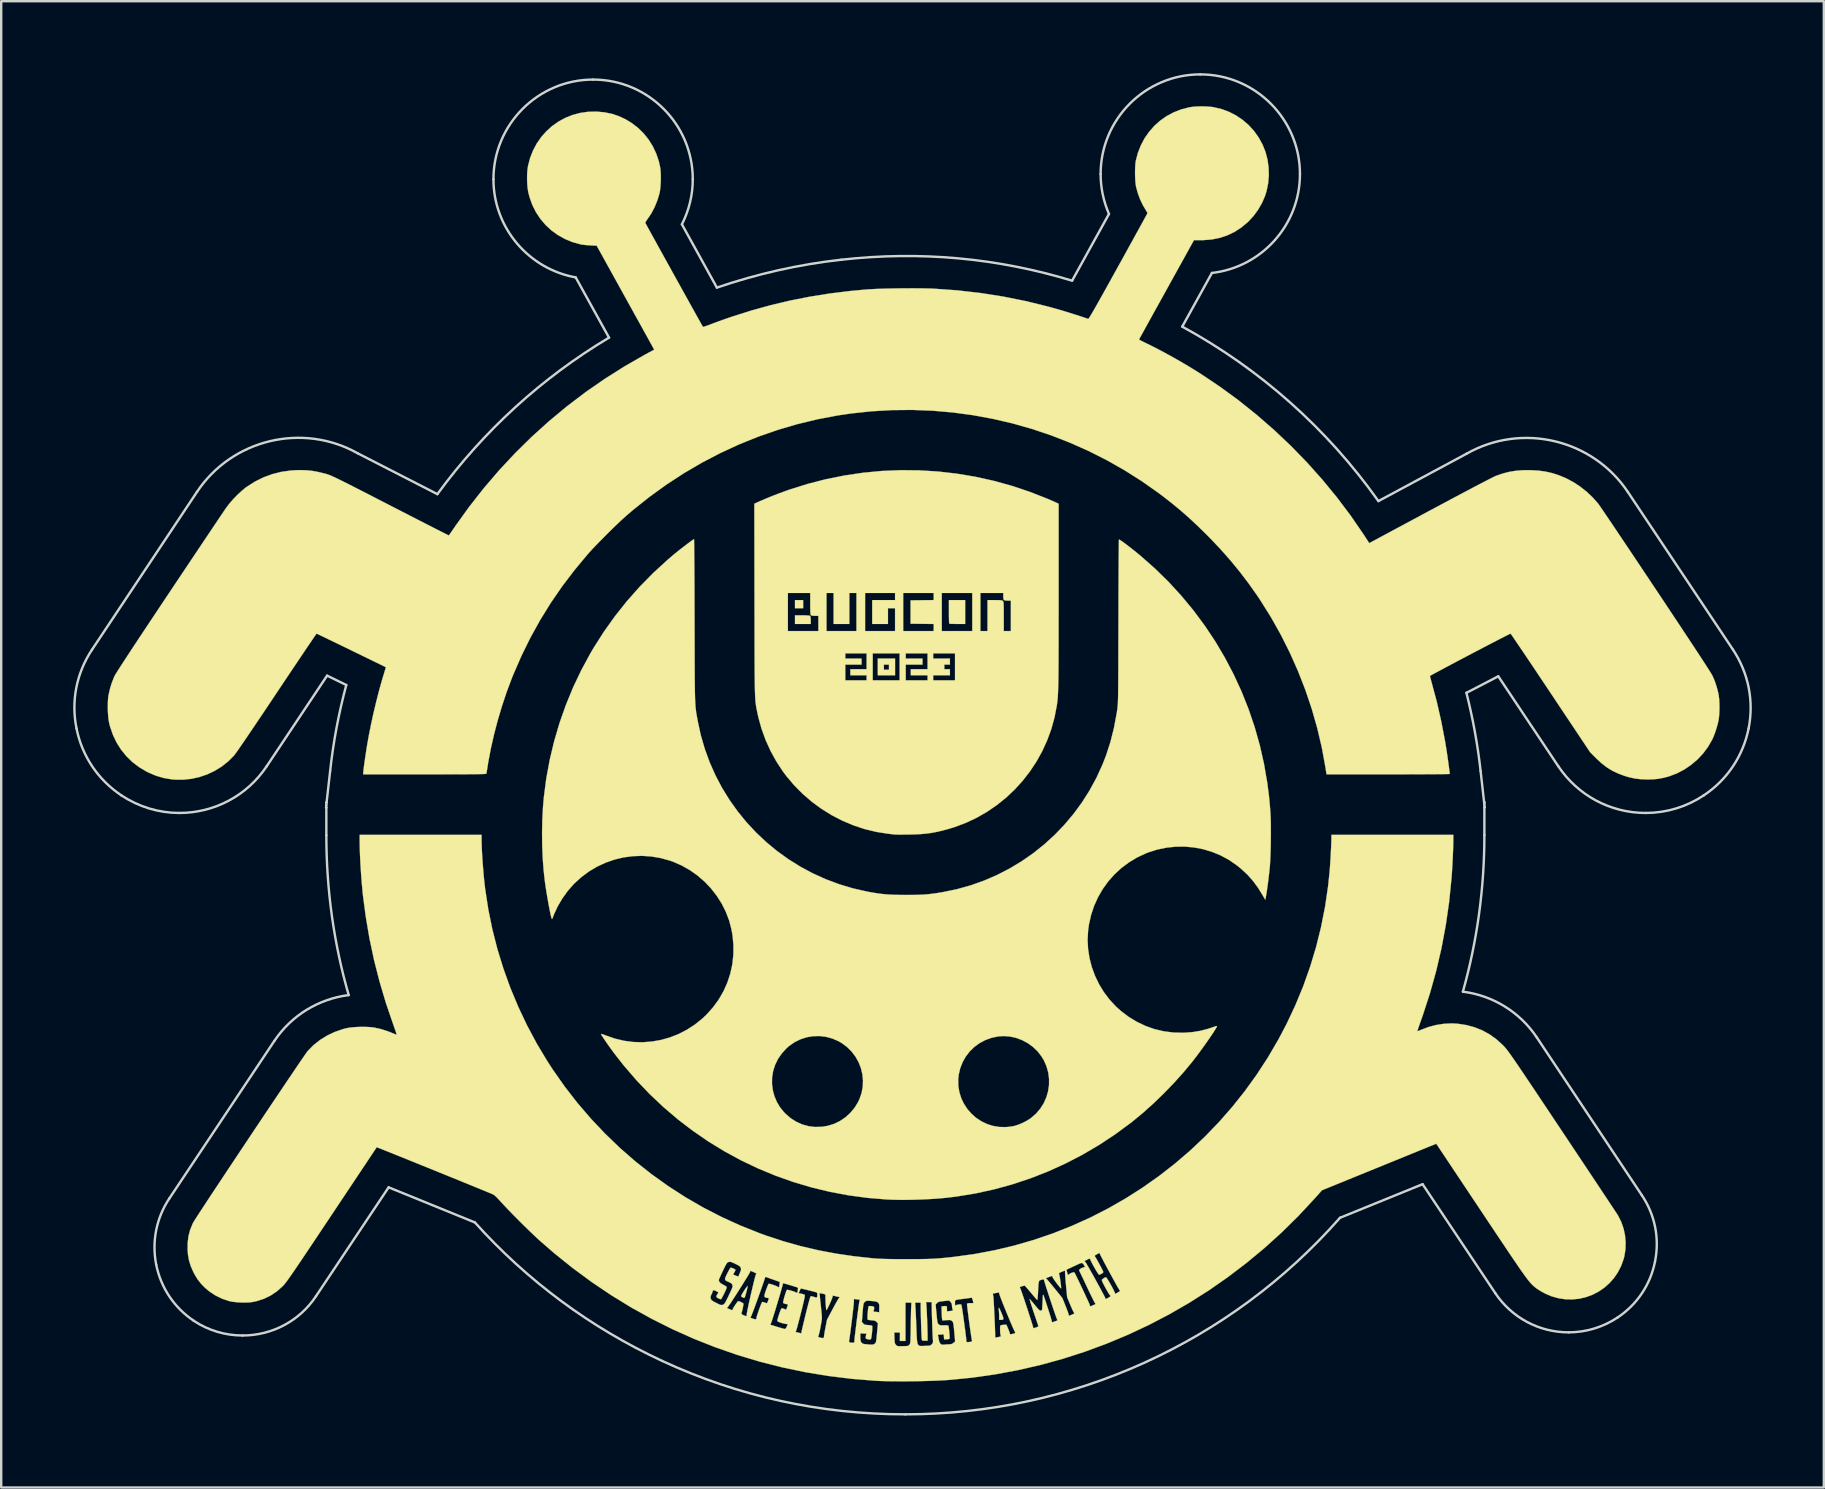
<source format=kicad_pcb>
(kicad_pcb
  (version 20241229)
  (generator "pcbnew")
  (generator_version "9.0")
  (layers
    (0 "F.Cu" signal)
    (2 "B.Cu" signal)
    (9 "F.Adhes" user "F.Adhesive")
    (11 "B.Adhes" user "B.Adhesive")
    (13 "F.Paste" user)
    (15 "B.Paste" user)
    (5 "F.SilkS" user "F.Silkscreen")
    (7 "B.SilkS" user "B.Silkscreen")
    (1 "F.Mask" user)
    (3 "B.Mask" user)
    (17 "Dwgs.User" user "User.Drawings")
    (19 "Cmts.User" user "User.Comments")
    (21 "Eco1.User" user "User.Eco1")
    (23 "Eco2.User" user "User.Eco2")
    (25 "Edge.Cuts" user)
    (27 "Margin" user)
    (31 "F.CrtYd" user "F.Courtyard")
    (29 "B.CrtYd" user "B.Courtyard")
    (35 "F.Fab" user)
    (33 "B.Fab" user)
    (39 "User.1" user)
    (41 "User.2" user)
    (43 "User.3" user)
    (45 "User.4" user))
  (footprint "bug-Silk_7"
    (layer "F.Cu")
    (at 35.009 27.946)
    (property "Reference" "bug-Silk_7" (at 0 0 0) (layer "F.SilkS") (effects (font (size 1.27 1.27) (thickness 0.15))))
    (attr through_hole)
    (fp_poly (pts (xy -4.593 -5.652) (xy -4.932 -5.652) (xy -4.932 -5.99) (xy -4.593 -5.99) (xy -4.593 -5.652)) (stroke (width 0.01) (type solid)) (fill yes) (layer "F.SilkS"))
    (fp_poly (pts (xy -4.488 -5.354) (xy -4.387 -5.348) (xy -4.325 -5.34) (xy -4.301 -5.33) (xy -4.287 -5.294) (xy -4.278 -5.227) (xy -4.276 -5.15) (xy -4.276 -4.995) (xy -4.932 -4.995) (xy -4.932 -5.355) (xy -4.629 -5.355) (xy -4.488 -5.354)) (stroke (width 0.01) (type solid)) (fill yes) (layer "F.SilkS"))
    (fp_poly (pts (xy -0.762 -2.857) (xy -1.482 -2.857) (xy -1.482 -3.302) (xy -1.228 -3.302) (xy -1.228 -3.09) (xy -1.016 -3.09) (xy -1.016 -3.302) (xy -1.228 -3.302) (xy -1.482 -3.302) (xy -1.482 -3.556) (xy -0.762 -3.556) (xy -0.762 -2.857)) (stroke (width 0.01) (type solid)) (fill yes) (layer "F.SilkS"))
    (fp_poly (pts (xy 2.159 -4.995) (xy 1.834 -4.995) (xy 1.721 -4.996) (xy 1.623 -4.999) (xy 1.548 -5.002) (xy 1.504 -5.007) (xy 1.496 -5.009) (xy 1.492 -5.034) (xy 1.488 -5.094) (xy 1.485 -5.185) (xy 1.483 -5.299) (xy 1.482 -5.431) (xy 1.482 -5.507) (xy 1.482 -5.99) (xy 2.159 -5.99) (xy 2.159 -4.995)) (stroke (width 0.01) (type solid)) (fill yes) (layer "F.SilkS"))
    (fp_poly (pts (xy 3.585 23.525) (xy 3.613 23.579) (xy 3.647 23.656) (xy 3.682 23.739) (xy 3.724 23.844) (xy 3.748 23.917) (xy 3.753 23.963) (xy 3.738 23.989) (xy 3.702 24) (xy 3.646 24.003) (xy 3.577 24.003) (xy 3.577 23.86) (xy 3.575 23.763) (xy 3.569 23.663) (xy 3.563 23.603) (xy 3.558 23.536) (xy 3.563 23.503) (xy 3.57 23.501) (xy 3.585 23.525)) (stroke (width 0.01) (type solid)) (fill yes) (layer "F.SilkS"))
    (fp_poly (pts (xy -6.908 22.595) (xy -6.909 22.627) (xy -6.92 22.686) (xy -6.938 22.764) (xy -6.96 22.851) (xy -6.984 22.936) (xy -7.006 23.01) (xy -7.025 23.062) (xy -7.038 23.084) (xy -7.038 23.084) (xy -7.071 23.08) (xy -7.117 23.065) (xy -7.159 23.039) (xy -7.175 23.009) (xy -7.165 22.98) (xy -7.138 22.928) (xy -7.099 22.862) (xy -7.053 22.79) (xy -7.007 22.718) (xy -6.964 22.657) (xy -6.93 22.613) (xy -6.91 22.594) (xy -6.908 22.595)) (stroke (width 0.01) (type solid)) (fill yes) (layer "F.SilkS"))
    (fp_poly (pts (xy 0.25 -11.396) (xy 1.032 -11.348) (xy 1.81 -11.259) (xy 2.583 -11.13) (xy 3.35 -10.96) (xy 4.109 -10.75) (xy 4.858 -10.499) (xy 5.595 -10.209) (xy 5.599 -10.207) (xy 5.709 -10.16) (xy 5.813 -10.115) (xy 5.899 -10.077) (xy 5.96 -10.049) (xy 5.974 -10.043) (xy 6.054 -10.004) (xy 6.054 -6.193) (xy 6.054 -5.7) (xy 6.053 -5.247) (xy 6.053 -4.833) (xy 6.053 -4.456) (xy 6.052 -4.112) (xy 6.051 -3.802) (xy 6.05 -3.521) (xy 6.049 -3.269) (xy 6.047 -3.044) (xy 6.045 -2.842) (xy 6.043 -2.664) (xy 6.04 -2.506) (xy 6.036 -2.366) (xy 6.032 -2.243) (xy 6.028 -2.134) (xy 6.023 -2.038) (xy 6.018 -1.953) (xy 6.012 -1.876) (xy 6.005 -1.806) (xy 5.998 -1.74) (xy 5.989 -1.677) (xy 5.981 -1.614) (xy 5.978 -1.599) (xy 5.883 -1.102) (xy 5.749 -0.617) (xy 5.577 -0.148) (xy 5.371 0.304) (xy 5.13 0.738) (xy 4.857 1.15) (xy 4.554 1.54) (xy 4.222 1.905) (xy 3.863 2.243) (xy 3.478 2.553) (xy 3.07 2.832) (xy 2.64 3.079) (xy 2.189 3.291) (xy 1.72 3.468) (xy 1.471 3.544) (xy 1.218 3.612) (xy 0.989 3.666) (xy 0.772 3.708) (xy 0.556 3.738) (xy 0.332 3.759) (xy 0.087 3.772) (xy -0.189 3.778) (xy -0.191 3.778) (xy -0.341 3.78) (xy -0.48 3.781) (xy -0.602 3.781) (xy -0.7 3.78) (xy -0.767 3.778) (xy -0.794 3.776) (xy -0.843 3.77) (xy -0.921 3.761) (xy -1.014 3.75) (xy -1.058 3.745) (xy -1.548 3.668) (xy -2.03 3.551) (xy -2.502 3.394) (xy -2.96 3.201) (xy -3.403 2.972) (xy -3.828 2.708) (xy -4.231 2.412) (xy -4.611 2.085) (xy -4.965 1.728) (xy -5.291 1.343) (xy -5.44 1.143) (xy -5.711 0.729) (xy -5.951 0.292) (xy -6.157 -0.163) (xy -6.326 -0.629) (xy -6.457 -1.102) (xy -6.488 -1.244) (xy -6.503 -1.315) (xy -6.516 -1.379) (xy -6.529 -1.439) (xy -6.54 -1.496) (xy -6.55 -1.553) (xy -6.559 -1.612) (xy -6.568 -1.673) (xy -6.575 -1.74) (xy -6.582 -1.815) (xy -6.587 -1.899) (xy -6.593 -1.994) (xy -6.597 -2.102) (xy -6.601 -2.226) (xy -6.604 -2.367) (xy -6.607 -2.527) (xy -6.609 -2.708) (xy -6.611 -2.912) (xy -6.613 -3.141) (xy -6.614 -3.398) (xy -6.615 -3.683) (xy -6.615 -3.768) (xy -2.836 -3.768) (xy -2.836 -3.556) (xy -2.159 -3.556) (xy -2.159 -3.302) (xy -2.836 -3.302) (xy -2.836 -2.646) (xy -1.947 -2.646) (xy -1.947 -2.857) (xy -2.625 -2.857) (xy -2.625 -3.111) (xy -1.947 -3.111) (xy -1.947 -3.768) (xy -1.693 -3.768) (xy -1.693 -2.646) (xy -0.572 -2.646) (xy -0.572 -3.768) (xy -0.318 -3.768) (xy -0.318 -3.556) (xy 0.381 -3.556) (xy 0.381 -3.302) (xy -0.318 -3.302) (xy -0.318 -2.646) (xy 0.593 -2.646) (xy 0.593 -2.857) (xy -0.106 -2.857) (xy -0.106 -3.111) (xy 0.593 -3.111) (xy 0.593 -3.768) (xy 0.826 -3.768) (xy 0.826 -3.556) (xy 1.524 -3.556) (xy 1.524 -3.302) (xy 1.291 -3.302) (xy 1.291 -3.111) (xy 1.524 -3.111) (xy 1.524 -2.857) (xy 0.826 -2.857) (xy 0.826 -2.646) (xy 1.736 -2.646) (xy 1.736 -3.768) (xy 0.826 -3.768) (xy 0.593 -3.768) (xy -0.318 -3.768) (xy -0.572 -3.768) (xy -1.693 -3.768) (xy -1.947 -3.768) (xy -2.836 -3.768) (xy -6.615 -3.768) (xy -6.616 -3.999) (xy -6.617 -4.349) (xy -6.617 -4.733) (xy -6.618 -5.154) (xy -6.619 -5.614) (xy -6.619 -5.993) (xy -6.62 -6.287) (xy -5.228 -6.287) (xy -5.228 -4.699) (xy -3.958 -4.699) (xy -3.958 -5.334) (xy -4.102 -5.334) (xy -4.184 -5.338) (xy -4.245 -5.348) (xy -4.271 -5.359) (xy -4.281 -5.384) (xy -4.288 -5.438) (xy -4.293 -5.525) (xy -4.296 -5.647) (xy -4.297 -5.808) (xy -4.297 -5.836) (xy -4.297 -6.287) (xy -3.619 -6.287) (xy -3.619 -4.699) (xy -2.371 -4.699) (xy -2.371 -6.287) (xy -2.011 -6.287) (xy -2.011 -4.699) (xy -0.762 -4.699) (xy -0.762 -5.652) (xy -1.058 -5.652) (xy -1.058 -4.995) (xy -1.714 -4.995) (xy -1.714 -5.99) (xy -0.762 -5.99) (xy -0.762 -6.287) (xy -0.423 -6.287) (xy -0.423 -4.699) (xy 0.847 -4.699) (xy 0.847 -4.995) (xy -0.116 -5.006) (xy -0.116 -5.98) (xy 0.847 -5.991) (xy 0.847 -6.287) (xy 1.185 -6.287) (xy 1.185 -4.699) (xy 2.455 -4.699) (xy 2.455 -6.287) (xy 2.794 -6.287) (xy 2.794 -4.699) (xy 3.09 -4.699) (xy 3.09 -5.99) (xy 3.39 -5.99) (xy 3.514 -5.989) (xy 3.602 -5.987) (xy 3.661 -5.981) (xy 3.7 -5.972) (xy 3.725 -5.959) (xy 3.729 -5.955) (xy 3.74 -5.942) (xy 3.749 -5.923) (xy 3.756 -5.893) (xy 3.761 -5.848) (xy 3.764 -5.782) (xy 3.766 -5.69) (xy 3.767 -5.569) (xy 3.768 -5.413) (xy 3.768 -5.31) (xy 3.768 -4.699) (xy 4.064 -4.699) (xy 4.064 -5.969) (xy 3.931 -5.969) (xy 3.854 -5.973) (xy 3.796 -5.983) (xy 3.772 -5.994) (xy 3.758 -6.029) (xy 3.749 -6.092) (xy 3.747 -6.153) (xy 3.747 -6.287) (xy 2.794 -6.287) (xy 2.455 -6.287) (xy 1.185 -6.287) (xy 0.847 -6.287) (xy -0.423 -6.287) (xy -0.762 -6.287) (xy -2.011 -6.287) (xy -2.371 -6.287) (xy -2.667 -6.287) (xy -2.667 -4.995) (xy -3.323 -4.995) (xy -3.323 -6.287) (xy -3.619 -6.287) (xy -4.297 -6.287) (xy -5.228 -6.287) (xy -6.62 -6.287) (xy -6.626 -10.006) (xy -6.388 -10.114) (xy -6.145 -10.219) (xy -5.874 -10.33) (xy -5.59 -10.439) (xy -5.306 -10.543) (xy -5.165 -10.593) (xy -4.409 -10.83) (xy -3.644 -11.027) (xy -2.872 -11.182) (xy -2.095 -11.297) (xy -1.315 -11.371) (xy -0.532 -11.404) (xy 0.25 -11.396)) (stroke (width 0.01) (type solid)) (fill yes) (layer "F.SilkS"))
    (fp_poly (pts (xy -9.138 -8.509) (xy -9.136 -8.448) (xy -9.134 -8.35) (xy -9.132 -8.215) (xy -9.131 -8.048) (xy -9.129 -7.849) (xy -9.127 -7.621) (xy -9.125 -7.367) (xy -9.124 -7.088) (xy -9.122 -6.787) (xy -9.121 -6.466) (xy -9.12 -6.128) (xy -9.119 -5.774) (xy -9.118 -5.407) (xy -9.117 -5.149) (xy -9.116 -4.698) (xy -9.115 -4.288) (xy -9.114 -3.915) (xy -9.113 -3.578) (xy -9.112 -3.275) (xy -9.111 -3.002) (xy -9.11 -2.759) (xy -9.108 -2.543) (xy -9.105 -2.35) (xy -9.103 -2.181) (xy -9.099 -2.031) (xy -9.096 -1.899) (xy -9.091 -1.783) (xy -9.086 -1.68) (xy -9.08 -1.588) (xy -9.073 -1.505) (xy -9.065 -1.429) (xy -9.055 -1.357) (xy -9.045 -1.288) (xy -9.034 -1.218) (xy -9.021 -1.147) (xy -9.007 -1.07) (xy -8.992 -0.988) (xy -8.984 -0.943) (xy -8.855 -0.353) (xy -8.687 0.222) (xy -8.483 0.78) (xy -8.242 1.32) (xy -7.968 1.84) (xy -7.66 2.338) (xy -7.321 2.814) (xy -6.953 3.266) (xy -6.555 3.693) (xy -6.131 4.093) (xy -5.681 4.465) (xy -5.206 4.807) (xy -4.709 5.117) (xy -4.19 5.396) (xy -3.651 5.64) (xy -3.093 5.849) (xy -2.519 6.021) (xy -1.928 6.156) (xy -1.863 6.168) (xy -1.654 6.205) (xy -1.465 6.234) (xy -1.287 6.257) (xy -1.11 6.273) (xy -0.924 6.285) (xy -0.722 6.292) (xy -0.492 6.296) (xy -0.307 6.297) (xy -0.07 6.296) (xy 0.134 6.293) (xy 0.314 6.287) (xy 0.478 6.278) (xy 0.636 6.264) (xy 0.796 6.245) (xy 0.968 6.221) (xy 1.16 6.19) (xy 1.22 6.18) (xy 1.808 6.059) (xy 2.382 5.899) (xy 2.941 5.701) (xy 3.484 5.467) (xy 4.008 5.197) (xy 4.512 4.894) (xy 4.995 4.558) (xy 5.454 4.191) (xy 5.889 3.794) (xy 6.296 3.37) (xy 6.676 2.918) (xy 7.026 2.441) (xy 7.344 1.94) (xy 7.629 1.416) (xy 7.879 0.87) (xy 8.033 0.476) (xy 8.213 -0.08) (xy 8.359 -0.662) (xy 8.473 -1.27) (xy 8.492 -1.397) (xy 8.498 -1.44) (xy 8.503 -1.482) (xy 8.508 -1.524) (xy 8.513 -1.568) (xy 8.517 -1.618) (xy 8.521 -1.673) (xy 8.524 -1.738) (xy 8.527 -1.814) (xy 8.53 -1.903) (xy 8.532 -2.007) (xy 8.534 -2.128) (xy 8.535 -2.269) (xy 8.537 -2.431) (xy 8.538 -2.618) (xy 8.539 -2.829) (xy 8.541 -3.069) (xy 8.541 -3.339) (xy 8.542 -3.642) (xy 8.543 -3.978) (xy 8.544 -4.351) (xy 8.545 -4.763) (xy 8.546 -5.111) (xy 8.547 -5.487) (xy 8.548 -5.851) (xy 8.549 -6.201) (xy 8.55 -6.535) (xy 8.552 -6.851) (xy 8.553 -7.147) (xy 8.555 -7.419) (xy 8.556 -7.667) (xy 8.558 -7.888) (xy 8.56 -8.078) (xy 8.562 -8.238) (xy 8.563 -8.363) (xy 8.565 -8.452) (xy 8.567 -8.502) (xy 8.568 -8.513) (xy 8.59 -8.507) (xy 8.64 -8.476) (xy 8.715 -8.425) (xy 8.81 -8.356) (xy 8.921 -8.272) (xy 9.044 -8.177) (xy 9.175 -8.074) (xy 9.309 -7.966) (xy 9.444 -7.855) (xy 9.474 -7.83) (xy 10.073 -7.301) (xy 10.64 -6.745) (xy 11.175 -6.161) (xy 11.678 -5.553) (xy 12.147 -4.92) (xy 12.583 -4.265) (xy 12.983 -3.589) (xy 13.348 -2.893) (xy 13.677 -2.179) (xy 13.968 -1.448) (xy 14.222 -0.701) (xy 14.437 0.06) (xy 14.612 0.834) (xy 14.748 1.619) (xy 14.817 2.157) (xy 14.833 2.314) (xy 14.849 2.494) (xy 14.865 2.68) (xy 14.878 2.853) (xy 14.882 2.921) (xy 14.89 3.078) (xy 14.895 3.267) (xy 14.897 3.481) (xy 14.898 3.711) (xy 14.896 3.951) (xy 14.893 4.193) (xy 14.887 4.429) (xy 14.88 4.652) (xy 14.871 4.855) (xy 14.861 5.031) (xy 14.85 5.165) (xy 14.829 5.362) (xy 14.805 5.563) (xy 14.781 5.762) (xy 14.756 5.948) (xy 14.733 6.114) (xy 14.711 6.251) (xy 14.7 6.315) (xy 14.685 6.395) (xy 14.674 6.457) (xy 14.669 6.492) (xy 14.668 6.495) (xy 14.659 6.484) (xy 14.633 6.443) (xy 14.596 6.379) (xy 14.566 6.326) (xy 14.368 6.003) (xy 14.154 5.713) (xy 13.918 5.448) (xy 13.652 5.202) (xy 13.466 5.052) (xy 13.146 4.832) (xy 12.806 4.649) (xy 12.45 4.502) (xy 12.081 4.391) (xy 11.702 4.318) (xy 11.317 4.282) (xy 10.93 4.285) (xy 10.543 4.326) (xy 10.161 4.406) (xy 9.785 4.525) (xy 9.685 4.565) (xy 9.321 4.736) (xy 8.98 4.941) (xy 8.665 5.177) (xy 8.377 5.443) (xy 8.118 5.736) (xy 7.89 6.053) (xy 7.694 6.393) (xy 7.532 6.752) (xy 7.406 7.13) (xy 7.318 7.522) (xy 7.283 7.773) (xy 7.261 8.16) (xy 7.281 8.546) (xy 7.34 8.929) (xy 7.437 9.304) (xy 7.571 9.668) (xy 7.74 10.018) (xy 7.942 10.35) (xy 8.178 10.661) (xy 8.444 10.947) (xy 8.643 11.126) (xy 8.97 11.375) (xy 9.315 11.584) (xy 9.675 11.755) (xy 10.049 11.887) (xy 10.435 11.978) (xy 10.833 12.029) (xy 11.24 12.039) (xy 11.281 12.038) (xy 11.63 12.012) (xy 11.958 11.959) (xy 12.277 11.876) (xy 12.473 11.81) (xy 12.551 11.783) (xy 12.613 11.764) (xy 12.649 11.757) (xy 12.653 11.757) (xy 12.649 11.781) (xy 12.621 11.835) (xy 12.573 11.914) (xy 12.508 12.016) (xy 12.429 12.136) (xy 12.337 12.271) (xy 12.236 12.415) (xy 12.129 12.567) (xy 12.018 12.721) (xy 11.906 12.874) (xy 11.795 13.022) (xy 11.689 13.161) (xy 11.607 13.266) (xy 11.245 13.701) (xy 10.854 14.136) (xy 10.441 14.563) (xy 10.015 14.975) (xy 9.583 15.363) (xy 9.153 15.719) (xy 9.049 15.801) (xy 8.4 16.278) (xy 7.732 16.718) (xy 7.044 17.122) (xy 6.339 17.487) (xy 5.618 17.815) (xy 4.882 18.104) (xy 4.132 18.353) (xy 3.37 18.563) (xy 2.596 18.733) (xy 1.813 18.861) (xy 1.408 18.912) (xy 1.109 18.94) (xy 0.783 18.964) (xy 0.441 18.982) (xy 0.093 18.994) (xy -0.252 19.001) (xy -0.583 19.001) (xy -0.89 18.995) (xy -1.101 18.986) (xy -1.905 18.92) (xy -2.7 18.813) (xy -3.483 18.666) (xy -4.253 18.48) (xy -5.009 18.255) (xy -5.75 17.992) (xy -6.474 17.691) (xy -7.182 17.354) (xy -7.87 16.98) (xy -8.539 16.571) (xy -9.186 16.126) (xy -9.812 15.648) (xy -10.414 15.135) (xy -10.991 14.59) (xy -11.39 14.172) (xy -5.89 14.172) (xy -5.853 14.446) (xy -5.791 14.674) (xy -5.689 14.92) (xy -5.557 15.142) (xy -5.391 15.347) (xy -5.332 15.408) (xy -5.116 15.596) (xy -4.881 15.746) (xy -4.63 15.859) (xy -4.367 15.932) (xy -4.094 15.965) (xy -3.815 15.958) (xy -3.559 15.915) (xy -3.301 15.835) (xy -3.057 15.716) (xy -2.832 15.564) (xy -2.63 15.381) (xy -2.454 15.171) (xy -2.309 14.938) (xy -2.248 14.81) (xy -2.158 14.553) (xy -2.109 14.29) (xy -2.098 14.025) (xy -2.103 13.981) (xy 1.87 13.981) (xy 1.874 14.254) (xy 1.918 14.517) (xy 1.997 14.768) (xy 2.11 15.003) (xy 2.253 15.219) (xy 2.423 15.414) (xy 2.617 15.585) (xy 2.834 15.728) (xy 3.069 15.841) (xy 3.319 15.921) (xy 3.583 15.964) (xy 3.831 15.97) (xy 3.948 15.962) (xy 4.073 15.946) (xy 4.184 15.927) (xy 4.223 15.918) (xy 4.383 15.867) (xy 4.556 15.794) (xy 4.723 15.708) (xy 4.87 15.616) (xy 4.903 15.592) (xy 5.113 15.408) (xy 5.29 15.201) (xy 5.433 14.975) (xy 5.541 14.733) (xy 5.615 14.479) (xy 5.653 14.219) (xy 5.655 13.955) (xy 5.62 13.691) (xy 5.547 13.432) (xy 5.436 13.182) (xy 5.342 13.026) (xy 5.177 12.813) (xy 4.983 12.627) (xy 4.765 12.47) (xy 4.529 12.344) (xy 4.28 12.251) (xy 4.021 12.195) (xy 3.758 12.176) (xy 3.535 12.191) (xy 3.257 12.25) (xy 2.996 12.344) (xy 2.756 12.473) (xy 2.539 12.632) (xy 2.348 12.819) (xy 2.184 13.031) (xy 2.052 13.265) (xy 1.953 13.518) (xy 1.89 13.788) (xy 1.87 13.981) (xy -2.103 13.981) (xy -2.124 13.764) (xy -2.186 13.509) (xy -2.282 13.265) (xy -2.411 13.035) (xy -2.571 12.823) (xy -2.761 12.634) (xy -2.979 12.472) (xy -3.124 12.388) (xy -3.38 12.278) (xy -3.645 12.207) (xy -3.913 12.175) (xy -4.181 12.182) (xy -4.445 12.227) (xy -4.7 12.309) (xy -4.942 12.428) (xy -5.168 12.583) (xy -5.286 12.686) (xy -5.481 12.899) (xy -5.639 13.129) (xy -5.76 13.375) (xy -5.842 13.633) (xy -5.886 13.9) (xy -5.89 14.172) (xy -11.39 14.172) (xy -11.542 14.012) (xy -12.067 13.403) (xy -12.46 12.901) (xy -12.543 12.788) (xy -12.63 12.669) (xy -12.716 12.548) (xy -12.798 12.431) (xy -12.872 12.323) (xy -12.934 12.23) (xy -12.982 12.156) (xy -13.01 12.108) (xy -13.018 12.09) (xy -12.999 12.089) (xy -12.95 12.102) (xy -12.879 12.126) (xy -12.813 12.152) (xy -12.438 12.283) (xy -12.056 12.373) (xy -11.67 12.424) (xy -11.284 12.435) (xy -10.9 12.406) (xy -10.521 12.34) (xy -10.15 12.236) (xy -9.789 12.095) (xy -9.442 11.917) (xy -9.112 11.703) (xy -8.8 11.454) (xy -8.61 11.274) (xy -8.341 10.972) (xy -8.107 10.649) (xy -7.91 10.307) (xy -7.75 9.948) (xy -7.628 9.576) (xy -7.544 9.192) (xy -7.5 8.799) (xy -7.496 8.399) (xy -7.532 7.994) (xy -7.579 7.728) (xy -7.677 7.356) (xy -7.814 6.997) (xy -7.987 6.653) (xy -8.194 6.328) (xy -8.432 6.023) (xy -8.699 5.743) (xy -8.991 5.489) (xy -9.307 5.265) (xy -9.645 5.073) (xy -10.001 4.916) (xy -10.139 4.867) (xy -10.525 4.76) (xy -10.915 4.693) (xy -11.307 4.667) (xy -11.696 4.681) (xy -12.081 4.733) (xy -12.459 4.824) (xy -12.826 4.952) (xy -13.18 5.117) (xy -13.517 5.317) (xy -13.835 5.554) (xy -14.131 5.824) (xy -14.164 5.858) (xy -14.409 6.139) (xy -14.629 6.446) (xy -14.82 6.772) (xy -14.976 7.107) (xy -15.038 7.271) (xy -15.052 7.299) (xy -15.066 7.288) (xy -15.07 7.281) (xy -15.084 7.242) (xy -15.103 7.166) (xy -15.127 7.06) (xy -15.153 6.928) (xy -15.183 6.776) (xy -15.213 6.611) (xy -15.244 6.436) (xy -15.274 6.259) (xy -15.302 6.083) (xy -15.328 5.916) (xy -15.35 5.762) (xy -15.355 5.726) (xy -15.408 5.249) (xy -15.445 4.743) (xy -15.466 4.219) (xy -15.471 3.687) (xy -15.46 3.159) (xy -15.433 2.645) (xy -15.397 2.223) (xy -15.295 1.438) (xy -15.151 0.66) (xy -14.967 -0.11) (xy -14.743 -0.87) (xy -14.48 -1.617) (xy -14.179 -2.35) (xy -13.839 -3.065) (xy -13.463 -3.761) (xy -13.329 -3.99) (xy -12.899 -4.666) (xy -12.435 -5.317) (xy -11.938 -5.943) (xy -11.406 -6.543) (xy -10.842 -7.117) (xy -10.246 -7.664) (xy -9.97 -7.899) (xy -9.88 -7.972) (xy -9.778 -8.054) (xy -9.669 -8.14) (xy -9.557 -8.226) (xy -9.449 -8.309) (xy -9.349 -8.384) (xy -9.263 -8.448) (xy -9.195 -8.496) (xy -9.152 -8.524) (xy -9.139 -8.53) (xy -9.138 -8.509)) (stroke (width 0.01) (type solid)) (fill yes) (layer "F.SilkS"))
    (fp_poly (pts (xy 12.253 -26.557) (xy 12.424 -26.542) (xy 12.511 -26.53) (xy 12.839 -26.453) (xy 13.153 -26.337) (xy 13.448 -26.185) (xy 13.723 -25.999) (xy 13.974 -25.782) (xy 14.199 -25.534) (xy 14.394 -25.259) (xy 14.554 -24.967) (xy 14.674 -24.665) (xy 14.758 -24.347) (xy 14.804 -24.02) (xy 14.813 -23.688) (xy 14.785 -23.359) (xy 14.72 -23.038) (xy 14.658 -22.839) (xy 14.532 -22.546) (xy 14.37 -22.263) (xy 14.178 -22) (xy 13.961 -21.765) (xy 13.937 -21.742) (xy 13.67 -21.519) (xy 13.387 -21.335) (xy 13.089 -21.191) (xy 12.773 -21.085) (xy 12.441 -21.018) (xy 12.092 -20.99) (xy 12.011 -20.989) (xy 11.693 -20.989) (xy 10.551 -18.927) (xy 10.399 -18.653) (xy 10.254 -18.39) (xy 10.115 -18.14) (xy 9.985 -17.905) (xy 9.865 -17.688) (xy 9.756 -17.49) (xy 9.659 -17.314) (xy 9.576 -17.163) (xy 9.507 -17.039) (xy 9.455 -16.945) (xy 9.421 -16.882) (xy 9.405 -16.853) (xy 9.404 -16.851) (xy 9.421 -16.838) (xy 9.469 -16.81) (xy 9.544 -16.772) (xy 9.638 -16.725) (xy 9.71 -16.69) (xy 10.057 -16.518) (xy 10.427 -16.324) (xy 10.812 -16.113) (xy 11.202 -15.89) (xy 11.587 -15.66) (xy 11.96 -15.428) (xy 11.98 -15.415) (xy 12.778 -14.88) (xy 13.555 -14.312) (xy 14.307 -13.71) (xy 15.034 -13.077) (xy 15.735 -12.414) (xy 16.406 -11.723) (xy 17.046 -11.007) (xy 17.654 -10.266) (xy 18.228 -9.503) (xy 18.766 -8.719) (xy 18.789 -8.684) (xy 18.997 -8.364) (xy 21.534 -9.726) (xy 21.876 -9.909) (xy 22.202 -10.083) (xy 22.512 -10.249) (xy 22.804 -10.404) (xy 23.075 -10.547) (xy 23.324 -10.679) (xy 23.548 -10.797) (xy 23.747 -10.9) (xy 23.917 -10.988) (xy 24.058 -11.06) (xy 24.166 -11.115) (xy 24.241 -11.151) (xy 24.275 -11.166) (xy 24.559 -11.264) (xy 24.835 -11.335) (xy 25.116 -11.38) (xy 25.411 -11.402) (xy 25.733 -11.403) (xy 25.745 -11.403) (xy 26.06 -11.384) (xy 26.348 -11.344) (xy 26.622 -11.282) (xy 26.892 -11.195) (xy 27.172 -11.079) (xy 27.241 -11.046) (xy 27.523 -10.894) (xy 27.802 -10.707) (xy 28.069 -10.495) (xy 28.314 -10.263) (xy 28.527 -10.021) (xy 28.543 -10.001) (xy 28.568 -9.967) (xy 28.615 -9.898) (xy 28.684 -9.799) (xy 28.772 -9.669) (xy 28.879 -9.511) (xy 29.003 -9.328) (xy 29.143 -9.119) (xy 29.298 -8.889) (xy 29.467 -8.637) (xy 29.648 -8.367) (xy 29.841 -8.08) (xy 30.043 -7.777) (xy 30.255 -7.46) (xy 30.474 -7.132) (xy 30.699 -6.795) (xy 30.93 -6.449) (xy 30.942 -6.431) (xy 31.265 -5.946) (xy 31.564 -5.496) (xy 31.84 -5.08) (xy 32.092 -4.7) (xy 32.32 -4.355) (xy 32.524 -4.045) (xy 32.705 -3.77) (xy 32.862 -3.53) (xy 32.995 -3.325) (xy 33.105 -3.154) (xy 33.191 -3.019) (xy 33.253 -2.919) (xy 33.292 -2.853) (xy 33.303 -2.832) (xy 33.398 -2.608) (xy 33.479 -2.362) (xy 33.542 -2.116) (xy 33.559 -2.024) (xy 33.577 -1.882) (xy 33.587 -1.712) (xy 33.591 -1.527) (xy 33.587 -1.341) (xy 33.577 -1.168) (xy 33.559 -1.02) (xy 33.558 -1.014) (xy 33.525 -0.857) (xy 33.476 -0.679) (xy 33.418 -0.497) (xy 33.354 -0.325) (xy 33.289 -0.178) (xy 33.283 -0.167) (xy 33.111 0.129) (xy 32.906 0.404) (xy 32.67 0.655) (xy 32.408 0.877) (xy 32.124 1.07) (xy 31.822 1.228) (xy 31.505 1.349) (xy 31.388 1.383) (xy 31.207 1.427) (xy 31.039 1.457) (xy 30.868 1.475) (xy 30.678 1.483) (xy 30.581 1.484) (xy 30.313 1.474) (xy 30.066 1.444) (xy 29.823 1.391) (xy 29.631 1.334) (xy 29.36 1.232) (xy 29.118 1.116) (xy 28.895 0.978) (xy 28.679 0.811) (xy 28.463 0.611) (xy 28.457 0.605) (xy 28.201 0.349) (xy 26.553 -2.122) (xy 26.358 -2.414) (xy 26.17 -2.696) (xy 25.989 -2.967) (xy 25.817 -3.224) (xy 25.655 -3.464) (xy 25.505 -3.687) (xy 25.368 -3.891) (xy 25.245 -4.072) (xy 25.138 -4.23) (xy 25.049 -4.362) (xy 24.977 -4.466) (xy 24.925 -4.541) (xy 24.894 -4.583) (xy 24.886 -4.593) (xy 24.862 -4.584) (xy 24.805 -4.556) (xy 24.717 -4.512) (xy 24.602 -4.453) (xy 24.462 -4.382) (xy 24.302 -4.299) (xy 24.124 -4.207) (xy 23.932 -4.107) (xy 23.728 -4.001) (xy 23.517 -3.89) (xy 23.301 -3.777) (xy 23.083 -3.663) (xy 22.867 -3.549) (xy 22.657 -3.438) (xy 22.455 -3.331) (xy 22.264 -3.23) (xy 22.088 -3.136) (xy 21.931 -3.052) (xy 21.794 -2.978) (xy 21.682 -2.918) (xy 21.598 -2.871) (xy 21.545 -2.841) (xy 21.527 -2.828) (xy 21.526 -2.828) (xy 21.532 -2.799) (xy 21.547 -2.739) (xy 21.569 -2.657) (xy 21.59 -2.582) (xy 21.807 -1.773) (xy 21.996 -0.946) (xy 22.155 -0.118) (xy 22.214 0.243) (xy 22.231 0.355) (xy 22.25 0.483) (xy 22.27 0.62) (xy 22.289 0.76) (xy 22.307 0.894) (xy 22.324 1.018) (xy 22.337 1.122) (xy 22.347 1.201) (xy 22.352 1.247) (xy 22.352 1.254) (xy 22.331 1.256) (xy 22.271 1.258) (xy 22.173 1.26) (xy 22.041 1.262) (xy 21.876 1.263) (xy 21.683 1.265) (xy 21.462 1.266) (xy 21.217 1.267) (xy 20.95 1.268) (xy 20.664 1.269) (xy 20.362 1.27) (xy 20.045 1.27) (xy 19.785 1.27) (xy 17.217 1.27) (xy 17.168 0.958) (xy 17.02 0.148) (xy 16.83 -0.659) (xy 16.601 -1.461) (xy 16.333 -2.255) (xy 16.027 -3.037) (xy 15.685 -3.805) (xy 15.308 -4.556) (xy 14.897 -5.286) (xy 14.454 -5.992) (xy 14.335 -6.17) (xy 13.972 -6.684) (xy 13.6 -7.173) (xy 13.212 -7.646) (xy 12.8 -8.112) (xy 12.357 -8.579) (xy 12.204 -8.733) (xy 11.845 -9.084) (xy 11.498 -9.408) (xy 11.154 -9.711) (xy 10.803 -10.002) (xy 10.437 -10.289) (xy 10.223 -10.45) (xy 9.525 -10.942) (xy 8.806 -11.398) (xy 8.067 -11.817) (xy 7.311 -12.199) (xy 6.538 -12.544) (xy 5.75 -12.852) (xy 4.949 -13.121) (xy 4.137 -13.352) (xy 3.314 -13.543) (xy 2.483 -13.696) (xy 1.645 -13.809) (xy 0.802 -13.882) (xy -0.045 -13.915) (xy -0.894 -13.907) (xy -1.744 -13.858) (xy -2.593 -13.767) (xy -3.164 -13.683) (xy -4.009 -13.522) (xy -4.843 -13.32) (xy -5.664 -13.079) (xy -6.472 -12.797) (xy -7.265 -12.477) (xy -8.042 -12.118) (xy -8.804 -11.721) (xy -9.548 -11.286) (xy -10.273 -10.814) (xy -10.98 -10.304) (xy -11.666 -9.759) (xy -11.955 -9.512) (xy -12.076 -9.404) (xy -12.22 -9.271) (xy -12.38 -9.118) (xy -12.552 -8.952) (xy -12.73 -8.777) (xy -12.907 -8.599) (xy -13.079 -8.424) (xy -13.24 -8.258) (xy -13.385 -8.106) (xy -13.506 -7.973) (xy -13.564 -7.909) (xy -14.117 -7.244) (xy -14.632 -6.567) (xy -15.108 -5.875) (xy -15.548 -5.164) (xy -15.953 -4.433) (xy -16.325 -3.679) (xy -16.665 -2.899) (xy -16.734 -2.728) (xy -16.943 -2.171) (xy -17.137 -1.59) (xy -17.314 -0.997) (xy -17.471 -0.4) (xy -17.605 0.19) (xy -17.713 0.762) (xy -17.738 0.921) (xy -17.755 1.029) (xy -17.771 1.124) (xy -17.783 1.196) (xy -17.791 1.238) (xy -17.792 1.244) (xy -17.801 1.248) (xy -17.827 1.251) (xy -17.871 1.255) (xy -17.936 1.258) (xy -18.023 1.26) (xy -18.135 1.262) (xy -18.273 1.264) (xy -18.439 1.266) (xy -18.634 1.267) (xy -18.862 1.268) (xy -19.123 1.269) (xy -19.42 1.269) (xy -19.754 1.27) (xy -20.128 1.27) (xy -20.362 1.27) (xy -22.924 1.27) (xy -22.924 1.22) (xy -22.92 1.169) (xy -22.911 1.083) (xy -22.897 0.967) (xy -22.878 0.828) (xy -22.856 0.671) (xy -22.831 0.502) (xy -22.805 0.328) (xy -22.778 0.155) (xy -22.763 0.064) (xy -22.687 -0.365) (xy -22.596 -0.819) (xy -22.494 -1.287) (xy -22.382 -1.755) (xy -22.265 -2.212) (xy -22.144 -2.645) (xy -22.092 -2.819) (xy -21.979 -3.194) (xy -23.415 -3.893) (xy -23.645 -4.006) (xy -23.865 -4.112) (xy -24.07 -4.212) (xy -24.259 -4.303) (xy -24.427 -4.384) (xy -24.573 -4.455) (xy -24.693 -4.512) (xy -24.784 -4.555) (xy -24.843 -4.583) (xy -24.867 -4.593) (xy -24.868 -4.593) (xy -24.881 -4.576) (xy -24.917 -4.525) (xy -24.973 -4.444) (xy -25.049 -4.333) (xy -25.143 -4.194) (xy -25.254 -4.031) (xy -25.38 -3.844) (xy -25.52 -3.636) (xy -25.673 -3.408) (xy -25.837 -3.164) (xy -26.011 -2.904) (xy -26.194 -2.631) (xy -26.384 -2.346) (xy -26.526 -2.133) (xy -26.77 -1.768) (xy -26.999 -1.426) (xy -27.212 -1.108) (xy -27.409 -0.816) (xy -27.589 -0.549) (xy -27.751 -0.31) (xy -27.894 -0.1) (xy -28.018 0.081) (xy -28.122 0.231) (xy -28.206 0.349) (xy -28.267 0.434) (xy -28.307 0.486) (xy -28.313 0.493) (xy -28.555 0.735) (xy -28.823 0.947) (xy -29.115 1.126) (xy -29.425 1.272) (xy -29.75 1.383) (xy -30.086 1.458) (xy -30.429 1.494) (xy -30.775 1.491) (xy -30.903 1.479) (xy -31.234 1.423) (xy -31.555 1.33) (xy -31.871 1.196) (xy -31.957 1.153) (xy -32.264 0.97) (xy -32.544 0.757) (xy -32.793 0.513) (xy -33.013 0.243) (xy -33.2 -0.053) (xy -33.353 -0.373) (xy -33.471 -0.715) (xy -33.511 -0.868) (xy -33.534 -0.997) (xy -33.551 -1.157) (xy -33.563 -1.336) (xy -33.568 -1.521) (xy -33.566 -1.702) (xy -33.557 -1.867) (xy -33.542 -2.004) (xy -33.54 -2.011) (xy -33.484 -2.269) (xy -33.405 -2.53) (xy -33.309 -2.774) (xy -33.282 -2.832) (xy -33.256 -2.879) (xy -33.207 -2.959) (xy -33.135 -3.074) (xy -33.04 -3.222) (xy -32.922 -3.405) (xy -32.78 -3.622) (xy -32.615 -3.874) (xy -32.427 -4.16) (xy -32.215 -4.48) (xy -31.979 -4.836) (xy -31.72 -5.225) (xy -31.437 -5.65) (xy -31.131 -6.11) (xy -30.994 -6.314) (xy -30.766 -6.656) (xy -30.543 -6.99) (xy -30.325 -7.315) (xy -30.115 -7.629) (xy -29.914 -7.93) (xy -29.722 -8.217) (xy -29.542 -8.486) (xy -29.373 -8.737) (xy -29.219 -8.968) (xy -29.079 -9.176) (xy -28.956 -9.36) (xy -28.85 -9.518) (xy -28.762 -9.647) (xy -28.695 -9.747) (xy -28.649 -9.814) (xy -28.63 -9.842) (xy -28.497 -10.016) (xy -28.341 -10.196) (xy -28.17 -10.372) (xy -27.995 -10.535) (xy -27.827 -10.674) (xy -27.77 -10.715) (xy -27.432 -10.93) (xy -27.079 -11.105) (xy -26.711 -11.24) (xy -26.331 -11.335) (xy -25.937 -11.39) (xy -25.727 -11.403) (xy -25.475 -11.406) (xy -25.25 -11.397) (xy -25.04 -11.374) (xy -24.831 -11.336) (xy -24.683 -11.302) (xy -24.626 -11.288) (xy -24.575 -11.275) (xy -24.528 -11.264) (xy -24.483 -11.252) (xy -24.438 -11.238) (xy -24.392 -11.223) (xy -24.341 -11.205) (xy -24.284 -11.182) (xy -24.219 -11.154) (xy -24.144 -11.12) (xy -24.056 -11.079) (xy -23.955 -11.03) (xy -23.837 -10.972) (xy -23.701 -10.904) (xy -23.544 -10.825) (xy -23.365 -10.734) (xy -23.161 -10.63) (xy -22.931 -10.513) (xy -22.672 -10.38) (xy -22.383 -10.231) (xy -22.061 -10.066) (xy -21.704 -9.882) (xy -21.528 -9.792) (xy -21.246 -9.647) (xy -20.974 -9.507) (xy -20.716 -9.375) (xy -20.472 -9.25) (xy -20.246 -9.135) (xy -20.041 -9.03) (xy -19.857 -8.936) (xy -19.699 -8.856) (xy -19.568 -8.789) (xy -19.466 -8.738) (xy -19.396 -8.703) (xy -19.36 -8.685) (xy -19.355 -8.683) (xy -19.342 -8.702) (xy -19.309 -8.75) (xy -19.258 -8.823) (xy -19.194 -8.916) (xy -19.12 -9.023) (xy -19.081 -9.081) (xy -18.506 -9.88) (xy -17.9 -10.652) (xy -17.263 -11.396) (xy -16.597 -12.11) (xy -15.902 -12.794) (xy -15.18 -13.447) (xy -14.431 -14.068) (xy -13.656 -14.657) (xy -12.856 -15.211) (xy -12.033 -15.731) (xy -11.194 -16.212) (xy -10.799 -16.427) (xy -10.972 -16.74) (xy -11.007 -16.803) (xy -11.06 -16.901) (xy -11.131 -17.029) (xy -11.218 -17.185) (xy -11.317 -17.366) (xy -11.429 -17.568) (xy -11.552 -17.789) (xy -11.683 -18.026) (xy -11.821 -18.275) (xy -11.964 -18.533) (xy -12.11 -18.798) (xy -12.17 -18.906) (xy -13.195 -20.759) (xy -13.461 -20.771) (xy -13.58 -20.779) (xy -13.701 -20.79) (xy -13.807 -20.804) (xy -13.875 -20.816) (xy -14.209 -20.91) (xy -14.524 -21.041) (xy -14.817 -21.205) (xy -15.086 -21.4) (xy -15.328 -21.625) (xy -15.543 -21.878) (xy -15.726 -22.155) (xy -15.877 -22.455) (xy -15.992 -22.775) (xy -16.047 -22.991) (xy -16.073 -23.155) (xy -16.09 -23.344) (xy -16.096 -23.546) (xy -16.093 -23.747) (xy -16.079 -23.932) (xy -16.058 -24.074) (xy -15.972 -24.407) (xy -15.85 -24.72) (xy -15.695 -25.012) (xy -15.509 -25.281) (xy -15.295 -25.524) (xy -15.056 -25.74) (xy -14.793 -25.926) (xy -14.51 -26.081) (xy -14.209 -26.203) (xy -13.892 -26.289) (xy -13.563 -26.337) (xy -13.223 -26.346) (xy -13.208 -26.346) (xy -12.874 -26.316) (xy -12.562 -26.253) (xy -12.266 -26.154) (xy -11.979 -26.018) (xy -11.747 -25.877) (xy -11.481 -25.675) (xy -11.242 -25.442) (xy -11.033 -25.182) (xy -10.856 -24.898) (xy -10.713 -24.594) (xy -10.605 -24.272) (xy -10.549 -24.018) (xy -10.533 -23.883) (xy -10.524 -23.721) (xy -10.522 -23.543) (xy -10.528 -23.363) (xy -10.54 -23.19) (xy -10.559 -23.038) (xy -10.58 -22.932) (xy -10.669 -22.638) (xy -10.784 -22.358) (xy -10.92 -22.101) (xy -11.063 -21.888) (xy -11.113 -21.817) (xy -11.15 -21.758) (xy -11.169 -21.719) (xy -11.169 -21.71) (xy -11.157 -21.687) (xy -11.126 -21.629) (xy -11.077 -21.54) (xy -11.013 -21.423) (xy -10.935 -21.281) (xy -10.844 -21.116) (xy -10.742 -20.931) (xy -10.63 -20.729) (xy -10.511 -20.513) (xy -10.385 -20.285) (xy -10.254 -20.048) (xy -10.12 -19.806) (xy -9.984 -19.561) (xy -9.848 -19.315) (xy -9.713 -19.073) (xy -9.582 -18.835) (xy -9.454 -18.606) (xy -9.333 -18.388) (xy -9.22 -18.183) (xy -9.115 -17.996) (xy -9.022 -17.828) (xy -8.94 -17.682) (xy -8.873 -17.561) (xy -8.821 -17.468) (xy -8.785 -17.406) (xy -8.769 -17.377) (xy -8.768 -17.375) (xy -8.744 -17.378) (xy -8.688 -17.395) (xy -8.605 -17.422) (xy -8.503 -17.459) (xy -8.403 -17.498) (xy -8.276 -17.546) (xy -8.121 -17.603) (xy -7.95 -17.664) (xy -7.774 -17.726) (xy -7.605 -17.784) (xy -7.556 -17.801) (xy -6.747 -18.057) (xy -5.942 -18.28) (xy -5.134 -18.472) (xy -4.316 -18.633) (xy -3.483 -18.766) (xy -2.627 -18.871) (xy -1.937 -18.935) (xy -1.775 -18.945) (xy -1.577 -18.955) (xy -1.351 -18.963) (xy -1.103 -18.97) (xy -0.84 -18.976) (xy -0.57 -18.98) (xy -0.298 -18.982) (xy -0.031 -18.983) (xy 0.222 -18.982) (xy 0.457 -18.979) (xy 0.665 -18.974) (xy 0.84 -18.968) (xy 0.847 -18.967) (xy 1.831 -18.897) (xy 2.802 -18.786) (xy 3.762 -18.635) (xy 4.712 -18.444) (xy 5.652 -18.211) (xy 6.022 -18.108) (xy 6.155 -18.069) (xy 6.305 -18.024) (xy 6.465 -17.975) (xy 6.629 -17.923) (xy 6.79 -17.872) (xy 6.941 -17.824) (xy 7.074 -17.78) (xy 7.183 -17.743) (xy 7.262 -17.715) (xy 7.284 -17.707) (xy 7.292 -17.711) (xy 7.308 -17.729) (xy 7.332 -17.764) (xy 7.366 -17.816) (xy 7.409 -17.887) (xy 7.463 -17.978) (xy 7.53 -18.093) (xy 7.609 -18.232) (xy 7.702 -18.396) (xy 7.81 -18.589) (xy 7.934 -18.81) (xy 8.075 -19.063) (xy 8.233 -19.349) (xy 8.41 -19.668) (xy 8.532 -19.889) (xy 8.689 -20.171) (xy 8.839 -20.443) (xy 8.982 -20.703) (xy 9.118 -20.948) (xy 9.243 -21.176) (xy 9.358 -21.385) (xy 9.461 -21.572) (xy 9.55 -21.734) (xy 9.625 -21.871) (xy 9.684 -21.979) (xy 9.726 -22.056) (xy 9.749 -22.1) (xy 9.753 -22.109) (xy 9.746 -22.138) (xy 9.719 -22.19) (xy 9.682 -22.248) (xy 9.559 -22.457) (xy 9.447 -22.694) (xy 9.354 -22.946) (xy 9.284 -23.199) (xy 9.279 -23.22) (xy 9.262 -23.33) (xy 9.249 -23.471) (xy 9.241 -23.631) (xy 9.238 -23.799) (xy 9.241 -23.965) (xy 9.248 -24.116) (xy 9.261 -24.242) (xy 9.268 -24.289) (xy 9.355 -24.622) (xy 9.478 -24.936) (xy 9.634 -25.231) (xy 9.823 -25.502) (xy 10.04 -25.749) (xy 10.284 -25.968) (xy 10.553 -26.157) (xy 10.844 -26.313) (xy 11.154 -26.435) (xy 11.481 -26.52) (xy 11.544 -26.532) (xy 11.695 -26.551) (xy 11.874 -26.561) (xy 12.064 -26.563) (xy 12.253 -26.557)) (stroke (width 0.01) (type solid)) (fill yes) (layer "F.SilkS"))
    (fp_poly (pts (xy -17.992 3.966) (xy -17.989 4.166) (xy -17.98 4.399) (xy -17.967 4.657) (xy -17.949 4.93) (xy -17.927 5.211) (xy -17.903 5.49) (xy -17.876 5.759) (xy -17.847 6.01) (xy -17.841 6.054) (xy -17.713 6.893) (xy -17.543 7.727) (xy -17.333 8.552) (xy -17.082 9.366) (xy -16.793 10.168) (xy -16.464 10.956) (xy -16.099 11.728) (xy -15.696 12.482) (xy -15.257 13.215) (xy -15.021 13.578) (xy -14.522 14.289) (xy -13.992 14.971) (xy -13.431 15.624) (xy -12.841 16.248) (xy -12.223 16.842) (xy -11.577 17.405) (xy -10.906 17.935) (xy -10.21 18.432) (xy -9.49 18.896) (xy -8.748 19.325) (xy -7.984 19.718) (xy -7.2 20.075) (xy -6.396 20.395) (xy -6.112 20.498) (xy -5.401 20.731) (xy -4.685 20.932) (xy -3.959 21.102) (xy -3.218 21.242) (xy -2.454 21.354) (xy -1.693 21.436) (xy -1.573 21.446) (xy -1.448 21.454) (xy -1.312 21.46) (xy -1.162 21.465) (xy -0.991 21.469) (xy -0.793 21.471) (xy -0.564 21.473) (xy -0.298 21.473) (xy -0.296 21.473) (xy -0.027 21.473) (xy 0.206 21.472) (xy 0.411 21.469) (xy 0.594 21.465) (xy 0.762 21.459) (xy 0.922 21.45) (xy 1.08 21.439) (xy 1.243 21.425) (xy 1.418 21.407) (xy 1.612 21.386) (xy 1.693 21.377) (xy 2.545 21.26) (xy 3.385 21.102) (xy 4.213 20.905) (xy 5.027 20.669) (xy 5.826 20.396) (xy 6.608 20.085) (xy 7.374 19.739) (xy 8.121 19.357) (xy 8.848 18.941) (xy 9.554 18.491) (xy 10.238 18.008) (xy 10.899 17.493) (xy 11.536 16.947) (xy 12.147 16.37) (xy 12.732 15.764) (xy 13.288 15.129) (xy 13.816 14.467) (xy 14.313 13.777) (xy 14.779 13.061) (xy 15.212 12.319) (xy 15.554 11.67) (xy 15.92 10.89) (xy 16.248 10.095) (xy 16.535 9.286) (xy 16.783 8.464) (xy 16.99 7.63) (xy 17.157 6.785) (xy 17.282 5.931) (xy 17.345 5.334) (xy 17.356 5.193) (xy 17.368 5.027) (xy 17.38 4.846) (xy 17.391 4.657) (xy 17.4 4.47) (xy 17.409 4.292) (xy 17.415 4.133) (xy 17.419 4.001) (xy 17.42 3.921) (xy 17.42 3.789) (xy 22.5 3.789) (xy 22.5 4.016) (xy 22.498 4.156) (xy 22.494 4.328) (xy 22.486 4.526) (xy 22.477 4.739) (xy 22.466 4.96) (xy 22.454 5.179) (xy 22.441 5.388) (xy 22.427 5.578) (xy 22.425 5.599) (xy 22.327 6.581) (xy 22.187 7.553) (xy 22.007 8.516) (xy 21.785 9.47) (xy 21.521 10.413) (xy 21.217 11.346) (xy 21.12 11.617) (xy 21.08 11.73) (xy 21.046 11.829) (xy 21.02 11.906) (xy 21.006 11.956) (xy 21.003 11.972) (xy 21.026 11.969) (xy 21.076 11.951) (xy 21.144 11.922) (xy 21.152 11.919) (xy 21.459 11.801) (xy 21.781 11.716) (xy 22.109 11.665) (xy 22.434 11.649) (xy 22.68 11.662) (xy 23.044 11.718) (xy 23.385 11.81) (xy 23.706 11.938) (xy 24.007 12.103) (xy 24.291 12.306) (xy 24.558 12.548) (xy 24.602 12.593) (xy 24.628 12.621) (xy 24.655 12.65) (xy 24.683 12.684) (xy 24.715 12.722) (xy 24.751 12.768) (xy 24.791 12.822) (xy 24.838 12.886) (xy 24.892 12.961) (xy 24.954 13.05) (xy 25.026 13.153) (xy 25.108 13.272) (xy 25.202 13.409) (xy 25.308 13.566) (xy 25.428 13.744) (xy 25.562 13.944) (xy 25.712 14.168) (xy 25.88 14.417) (xy 26.065 14.694) (xy 26.269 15) (xy 26.493 15.336) (xy 26.738 15.703) (xy 27.006 16.105) (xy 27.047 16.167) (xy 27.276 16.51) (xy 27.499 16.845) (xy 27.715 17.17) (xy 27.924 17.483) (xy 28.123 17.782) (xy 28.312 18.066) (xy 28.489 18.332) (xy 28.653 18.58) (xy 28.803 18.806) (xy 28.939 19.01) (xy 29.057 19.189) (xy 29.159 19.342) (xy 29.241 19.467) (xy 29.304 19.562) (xy 29.345 19.626) (xy 29.364 19.655) (xy 29.495 19.913) (xy 29.593 20.19) (xy 29.655 20.481) (xy 29.682 20.777) (xy 29.672 21.074) (xy 29.625 21.364) (xy 29.6 21.46) (xy 29.496 21.751) (xy 29.359 22.019) (xy 29.193 22.262) (xy 29 22.479) (xy 28.784 22.669) (xy 28.547 22.829) (xy 28.294 22.959) (xy 28.026 23.056) (xy 27.748 23.121) (xy 27.462 23.151) (xy 27.172 23.145) (xy 26.881 23.101) (xy 26.591 23.019) (xy 26.342 22.913) (xy 26.234 22.857) (xy 26.124 22.793) (xy 26.026 22.732) (xy 25.97 22.693) (xy 25.929 22.661) (xy 25.89 22.63) (xy 25.852 22.599) (xy 25.814 22.564) (xy 25.774 22.526) (xy 25.733 22.482) (xy 25.687 22.43) (xy 25.637 22.368) (xy 25.581 22.296) (xy 25.517 22.211) (xy 25.445 22.112) (xy 25.362 21.996) (xy 25.269 21.863) (xy 25.164 21.71) (xy 25.046 21.536) (xy 24.912 21.339) (xy 24.763 21.118) (xy 24.597 20.87) (xy 24.413 20.595) (xy 24.209 20.29) (xy 23.984 19.953) (xy 23.738 19.584) (xy 23.658 19.464) (xy 21.79 16.662) (xy 17.029 18.602) (xy 16.711 18.958) (xy 16.043 19.675) (xy 15.348 20.36) (xy 14.626 21.013) (xy 13.88 21.632) (xy 13.11 22.218) (xy 12.318 22.77) (xy 11.504 23.286) (xy 10.67 23.768) (xy 9.817 24.213) (xy 8.945 24.622) (xy 8.057 24.993) (xy 7.153 25.327) (xy 6.235 25.623) (xy 5.303 25.88) (xy 4.358 26.097) (xy 3.403 26.275) (xy 2.437 26.412) (xy 1.556 26.5) (xy 1.32 26.517) (xy 1.051 26.531) (xy 0.757 26.543) (xy 0.446 26.552) (xy 0.125 26.559) (xy -0.198 26.563) (xy -0.516 26.564) (xy -0.821 26.562) (xy -1.106 26.558) (xy -1.363 26.55) (xy -1.556 26.541) (xy -2.549 26.462) (xy -3.532 26.342) (xy -4.503 26.182) (xy -5.461 25.982) (xy -6.407 25.742) (xy -7.338 25.462) (xy -8.255 25.143) (xy -8.82 24.919) (xy -2.68 24.919) (xy -2.643 24.944) (xy -2.568 24.955) (xy -2.545 24.955) (xy -2.489 24.954) (xy -2.463 24.941) (xy -2.456 24.909) (xy -2.455 24.879) (xy -2.453 24.836) (xy -2.445 24.758) (xy -2.435 24.665) (xy -2.21 24.665) (xy -2.21 24.719) (xy -2.207 24.811) (xy -2.198 24.873) (xy -2.181 24.917) (xy -2.161 24.947) (xy -2.131 24.979) (xy -2.095 24.999) (xy -2.04 25.011) (xy -1.962 25.02) (xy -1.844 25.03) (xy -1.76 25.035) (xy -1.701 25.033) (xy -1.66 25.025) (xy -1.628 25.009) (xy -1.606 24.992) (xy -1.586 24.974) (xy -1.571 24.952) (xy -1.559 24.922) (xy -1.549 24.876) (xy -1.539 24.808) (xy -1.529 24.712) (xy -1.516 24.581) (xy -1.513 24.547) (xy -1.512 24.532) (xy -0.795 24.532) (xy -0.787 24.76) (xy -0.783 24.862) (xy -0.777 24.932) (xy -0.767 24.978) (xy -0.752 25.011) (xy -0.729 25.04) (xy -0.724 25.046) (xy -0.698 25.072) (xy -0.673 25.089) (xy -0.639 25.098) (xy -0.587 25.101) (xy -0.508 25.101) (xy -0.437 25.099) (xy -0.335 25.096) (xy -0.267 25.092) (xy -0.223 25.084) (xy -0.195 25.071) (xy -0.174 25.05) (xy -0.161 25.033) (xy -0.15 25.017) (xy -0.14 24.997) (xy -0.133 24.971) (xy -0.127 24.934) (xy -0.122 24.881) (xy -0.118 24.809) (xy -0.115 24.713) (xy -0.112 24.589) (xy -0.11 24.433) (xy -0.107 24.24) (xy -0.106 24.155) (xy -0.103 23.972) (xy -0.1 23.802) (xy -0.096 23.65) (xy -0.092 23.52) (xy -0.087 23.417) (xy -0.083 23.346) (xy -0.079 23.312) (xy -0.078 23.31) (xy -0.078 23.303) (xy 0.07 23.303) (xy 0.074 23.32) (xy 0.078 23.349) (xy 0.083 23.416) (xy 0.09 23.515) (xy 0.096 23.641) (xy 0.104 23.791) (xy 0.111 23.959) (xy 0.119 24.14) (xy 0.12 24.172) (xy 0.128 24.394) (xy 0.135 24.578) (xy 0.142 24.727) (xy 0.151 24.844) (xy 0.163 24.933) (xy 0.179 24.999) (xy 0.201 25.043) (xy 0.231 25.071) (xy 0.27 25.086) (xy 0.318 25.091) (xy 0.379 25.091) (xy 0.453 25.088) (xy 0.48 25.087) (xy 0.582 25.083) (xy 0.65 25.079) (xy 0.695 25.07) (xy 0.726 25.056) (xy 0.752 25.033) (xy 0.769 25.016) (xy 0.804 24.973) (xy 0.819 24.932) (xy 0.82 24.876) (xy 0.817 24.843) (xy 0.812 24.783) (xy 0.807 24.692) (xy 0.801 24.575) (xy 0.795 24.439) (xy 0.79 24.289) (xy 0.784 24.131) (xy 0.779 23.971) (xy 0.774 23.816) (xy 0.771 23.671) (xy 0.768 23.542) (xy 0.766 23.435) (xy 0.766 23.36) (xy 0.929 23.36) (xy 0.965 23.75) (xy 0.978 23.888) (xy 0.989 23.99) (xy 0.999 24.063) (xy 1.009 24.112) (xy 1.021 24.145) (xy 1.035 24.168) (xy 1.055 24.187) (xy 1.056 24.189) (xy 1.089 24.214) (xy 1.125 24.227) (xy 1.176 24.232) (xy 1.255 24.23) (xy 1.276 24.229) (xy 1.369 24.228) (xy 1.432 24.234) (xy 1.458 24.245) (xy 1.467 24.275) (xy 1.477 24.335) (xy 1.488 24.417) (xy 1.497 24.51) (xy 1.505 24.603) (xy 1.509 24.688) (xy 1.511 24.753) (xy 1.507 24.788) (xy 1.506 24.791) (xy 1.477 24.801) (xy 1.422 24.81) (xy 1.386 24.812) (xy 1.281 24.818) (xy 1.274 24.705) (xy 1.268 24.639) (xy 1.258 24.608) (xy 1.24 24.603) (xy 1.235 24.604) (xy 1.195 24.612) (xy 1.133 24.616) (xy 1.107 24.617) (xy 1.049 24.619) (xy 1.024 24.628) (xy 1.024 24.648) (xy 1.027 24.654) (xy 1.037 24.695) (xy 1.049 24.761) (xy 1.057 24.812) (xy 1.078 24.911) (xy 1.115 24.98) (xy 1.123 24.989) (xy 1.152 25.018) (xy 1.181 25.033) (xy 1.223 25.038) (xy 1.289 25.035) (xy 1.331 25.032) (xy 1.418 25.025) (xy 1.495 25.021) (xy 1.547 25.019) (xy 1.548 25.019) (xy 1.61 25.003) (xy 1.675 24.96) (xy 1.675 24.959) (xy 1.741 24.9) (xy 1.705 24.502) (xy 1.692 24.362) (xy 1.681 24.259) (xy 1.671 24.185) (xy 1.661 24.134) (xy 1.65 24.1) (xy 1.635 24.076) (xy 1.617 24.057) (xy 1.612 24.053) (xy 1.581 24.028) (xy 1.55 24.014) (xy 1.506 24.009) (xy 1.439 24.011) (xy 1.382 24.015) (xy 1.209 24.028) (xy 1.197 23.957) (xy 1.191 23.906) (xy 1.186 23.825) (xy 1.181 23.728) (xy 1.18 23.664) (xy 1.175 23.442) (xy 1.277 23.43) (xy 1.338 23.427) (xy 1.38 23.431) (xy 1.39 23.437) (xy 1.396 23.467) (xy 1.4 23.523) (xy 1.401 23.551) (xy 1.401 23.649) (xy 1.519 23.635) (xy 1.585 23.626) (xy 1.631 23.618) (xy 1.645 23.614) (xy 1.644 23.591) (xy 1.63 23.549) (xy 1.616 23.491) (xy 1.609 23.418) (xy 1.609 23.402) (xy 1.601 23.332) (xy 1.571 23.279) (xy 1.548 23.254) (xy 1.529 23.236) (xy 1.735 23.236) (xy 1.735 23.271) (xy 1.736 23.296) (xy 1.737 23.361) (xy 1.743 23.393) (xy 1.758 23.399) (xy 1.773 23.393) (xy 1.826 23.374) (xy 1.891 23.361) (xy 1.951 23.357) (xy 1.993 23.363) (xy 2.001 23.37) (xy 2.008 23.396) (xy 2.019 23.459) (xy 2.034 23.551) (xy 2.052 23.668) (xy 2.072 23.803) (xy 2.093 23.95) (xy 2.114 24.103) (xy 2.135 24.256) (xy 2.155 24.403) (xy 2.172 24.539) (xy 2.187 24.657) (xy 2.198 24.751) (xy 2.204 24.815) (xy 2.205 24.834) (xy 2.208 24.889) (xy 2.219 24.92) (xy 2.246 24.931) (xy 2.3 24.928) (xy 2.358 24.921) (xy 2.419 24.91) (xy 2.445 24.895) (xy 2.444 24.873) (xy 2.437 24.841) (xy 2.425 24.773) (xy 2.41 24.676) (xy 2.392 24.556) (xy 2.372 24.418) (xy 2.351 24.268) (xy 2.33 24.112) (xy 2.309 23.955) (xy 2.29 23.805) (xy 2.272 23.665) (xy 2.257 23.543) (xy 2.246 23.443) (xy 2.238 23.373) (xy 2.237 23.337) (xy 2.237 23.334) (xy 2.262 23.315) (xy 2.322 23.306) (xy 2.376 23.305) (xy 2.503 23.305) (xy 2.491 23.246) (xy 2.474 23.179) (xy 2.459 23.133) (xy 2.438 23.079) (xy 2.156 23.117) (xy 2.013 23.136) (xy 1.906 23.15) (xy 1.831 23.163) (xy 1.781 23.175) (xy 1.752 23.19) (xy 1.738 23.21) (xy 1.735 23.236) (xy 1.529 23.236) (xy 1.488 23.196) (xy 1.268 23.219) (xy 1.166 23.23) (xy 1.097 23.242) (xy 1.051 23.256) (xy 1.017 23.276) (xy 0.989 23.301) (xy 0.929 23.36) (xy 0.766 23.36) (xy 0.766 23.357) (xy 0.767 23.312) (xy 0.768 23.306) (xy 0.771 23.281) (xy 0.757 23.268) (xy 0.718 23.263) (xy 0.653 23.262) (xy 0.527 23.262) (xy 0.539 23.331) (xy 0.543 23.374) (xy 0.549 23.452) (xy 0.555 23.559) (xy 0.561 23.688) (xy 0.567 23.833) (xy 0.574 23.987) (xy 0.579 24.142) (xy 0.584 24.293) (xy 0.588 24.433) (xy 0.591 24.554) (xy 0.592 24.651) (xy 0.592 24.664) (xy 0.593 24.871) (xy 0.477 24.871) (xy 0.411 24.87) (xy 0.375 24.862) (xy 0.359 24.841) (xy 0.351 24.802) (xy 0.347 24.757) (xy 0.342 24.678) (xy 0.337 24.572) (xy 0.332 24.445) (xy 0.327 24.302) (xy 0.322 24.149) (xy 0.318 23.994) (xy 0.314 23.841) (xy 0.31 23.696) (xy 0.308 23.567) (xy 0.307 23.458) (xy 0.307 23.376) (xy 0.308 23.328) (xy 0.309 23.317) (xy 0.31 23.298) (xy 0.29 23.288) (xy 0.24 23.284) (xy 0.191 23.283) (xy 0.119 23.285) (xy 0.081 23.29) (xy 0.07 23.303) (xy -0.078 23.303) (xy -0.079 23.295) (xy -0.108 23.287) (xy -0.172 23.283) (xy -0.195 23.283) (xy -0.328 23.283) (xy -0.328 24.881) (xy -0.561 24.881) (xy -0.56 24.707) (xy -0.559 24.532) (xy -0.795 24.532) (xy -1.512 24.532) (xy -1.476 24.149) (xy -1.533 24.089) (xy -1.571 24.056) (xy -1.611 24.036) (xy -1.67 24.026) (xy -1.737 24.02) (xy -1.813 24.013) (xy -1.873 24.003) (xy -1.904 23.991) (xy -1.904 23.991) (xy -1.91 23.963) (xy -1.911 23.904) (xy -1.909 23.822) (xy -1.903 23.729) (xy -1.895 23.633) (xy -1.885 23.546) (xy -1.874 23.477) (xy -1.864 23.437) (xy -1.86 23.43) (xy -1.83 23.426) (xy -1.774 23.427) (xy -1.741 23.43) (xy -1.678 23.441) (xy -1.647 23.457) (xy -1.634 23.487) (xy -1.633 23.491) (xy -1.635 23.547) (xy -1.648 23.602) (xy -1.66 23.645) (xy -1.649 23.662) (xy -1.61 23.664) (xy -1.543 23.669) (xy -1.487 23.677) (xy -1.423 23.69) (xy -1.42 23.512) (xy -1.42 23.423) (xy -1.424 23.365) (xy -1.435 23.328) (xy -1.455 23.3) (xy -1.47 23.284) (xy -1.502 23.26) (xy -1.543 23.243) (xy -1.604 23.231) (xy -1.694 23.22) (xy -1.734 23.216) (xy -1.832 23.208) (xy -1.898 23.205) (xy -1.941 23.209) (xy -1.973 23.22) (xy -2.004 23.239) (xy -2.009 23.243) (xy -2.033 23.262) (xy -2.052 23.284) (xy -2.067 23.313) (xy -2.079 23.356) (xy -2.089 23.418) (xy -2.098 23.506) (xy -2.109 23.625) (xy -2.119 23.752) (xy -2.145 24.083) (xy -2.094 24.146) (xy -2.063 24.179) (xy -2.029 24.199) (xy -1.979 24.211) (xy -1.901 24.218) (xy -1.888 24.219) (xy -1.81 24.227) (xy -1.749 24.237) (xy -1.717 24.248) (xy -1.716 24.249) (xy -1.71 24.277) (xy -1.71 24.337) (xy -1.714 24.42) (xy -1.721 24.513) (xy -1.731 24.608) (xy -1.743 24.695) (xy -1.755 24.763) (xy -1.766 24.803) (xy -1.769 24.807) (xy -1.806 24.82) (xy -1.863 24.818) (xy -1.923 24.806) (xy -1.97 24.785) (xy -1.984 24.769) (xy -1.987 24.729) (xy -1.978 24.67) (xy -1.975 24.656) (xy -1.953 24.575) (xy -2.04 24.574) (xy -2.107 24.571) (xy -2.161 24.564) (xy -2.17 24.563) (xy -2.191 24.56) (xy -2.203 24.571) (xy -2.209 24.603) (xy -2.21 24.665) (xy -2.435 24.665) (xy -2.434 24.651) (xy -2.419 24.521) (xy -2.401 24.373) (xy -2.381 24.213) (xy -2.361 24.048) (xy -2.34 23.883) (xy -2.319 23.724) (xy -2.299 23.576) (xy -2.281 23.446) (xy -2.266 23.339) (xy -2.254 23.261) (xy -2.246 23.219) (xy -2.244 23.215) (xy -2.234 23.173) (xy -2.247 23.158) (xy -2.271 23.156) (xy -2.324 23.152) (xy -2.39 23.144) (xy -2.397 23.143) (xy -2.477 23.13) (xy -2.477 23.226) (xy -2.479 23.27) (xy -2.486 23.349) (xy -2.497 23.456) (xy -2.512 23.586) (xy -2.529 23.733) (xy -2.547 23.891) (xy -2.567 24.055) (xy -2.588 24.219) (xy -2.607 24.377) (xy -2.626 24.523) (xy -2.644 24.651) (xy -2.658 24.756) (xy -2.67 24.833) (xy -2.678 24.874) (xy -2.679 24.878) (xy -2.68 24.919) (xy -8.82 24.919) (xy -9.156 24.786) (xy -9.334 24.706) (xy -3.967 24.706) (xy -3.952 24.722) (xy -3.905 24.737) (xy -3.889 24.74) (xy -3.808 24.757) (xy -3.759 24.761) (xy -3.734 24.751) (xy -3.726 24.725) (xy -3.725 24.707) (xy -3.721 24.666) (xy -3.71 24.593) (xy -3.693 24.496) (xy -3.673 24.383) (xy -3.661 24.323) (xy -3.597 23.997) (xy -3.383 23.593) (xy -3.316 23.469) (xy -3.254 23.354) (xy -3.198 23.254) (xy -3.154 23.177) (xy -3.124 23.129) (xy -3.119 23.121) (xy -3.069 23.053) (xy -3.19 23.028) (xy -3.261 23.013) (xy -3.318 22.999) (xy -3.34 22.992) (xy -3.362 22.997) (xy -3.362 23.022) (xy -3.368 23.052) (xy -3.389 23.11) (xy -3.42 23.188) (xy -3.458 23.278) (xy -3.5 23.37) (xy -3.54 23.456) (xy -3.577 23.529) (xy -3.605 23.58) (xy -3.622 23.601) (xy -3.622 23.601) (xy -3.629 23.581) (xy -3.637 23.528) (xy -3.644 23.45) (xy -3.651 23.357) (xy -3.657 23.257) (xy -3.661 23.159) (xy -3.664 23.073) (xy -3.663 23.006) (xy -3.66 22.968) (xy -3.659 22.968) (xy -3.668 22.947) (xy -3.707 22.929) (xy 3.311 22.929) (xy 3.315 22.942) (xy 3.327 22.986) (xy 3.337 23.047) (xy 3.337 23.05) (xy 3.341 23.105) (xy 3.347 23.195) (xy 3.353 23.314) (xy 3.361 23.454) (xy 3.368 23.61) (xy 3.376 23.775) (xy 3.384 23.942) (xy 3.391 24.103) (xy 3.397 24.253) (xy 3.402 24.385) (xy 3.406 24.491) (xy 3.408 24.566) (xy 3.408 24.586) (xy 3.408 24.668) (xy 3.412 24.715) (xy 3.421 24.737) (xy 3.438 24.74) (xy 3.455 24.737) (xy 3.509 24.725) (xy 3.576 24.712) (xy 3.582 24.711) (xy 3.632 24.699) (xy 3.649 24.682) (xy 3.643 24.662) (xy 3.63 24.619) (xy 3.621 24.55) (xy 3.616 24.468) (xy 3.614 24.383) (xy 3.616 24.308) (xy 3.623 24.254) (xy 3.631 24.235) (xy 3.666 24.222) (xy 3.726 24.212) (xy 3.768 24.209) (xy 3.879 24.204) (xy 3.95 24.373) (xy 3.983 24.454) (xy 4.008 24.523) (xy 4.021 24.568) (xy 4.022 24.577) (xy 4.027 24.597) (xy 4.049 24.603) (xy 4.099 24.596) (xy 4.122 24.591) (xy 4.185 24.576) (xy 4.229 24.56) (xy 4.24 24.554) (xy 4.241 24.528) (xy 4.223 24.482) (xy 4.214 24.466) (xy 4.192 24.423) (xy 4.158 24.348) (xy 4.114 24.247) (xy 4.061 24.125) (xy 4.003 23.987) (xy 3.942 23.838) (xy 3.878 23.685) (xy 3.816 23.531) (xy 3.756 23.383) (xy 3.702 23.246) (xy 3.655 23.125) (xy 3.617 23.025) (xy 3.591 22.952) (xy 3.578 22.911) (xy 3.577 22.906) (xy 3.573 22.872) (xy 3.552 22.863) (xy 3.508 22.869) (xy 3.434 22.884) (xy 3.37 22.896) (xy 3.323 22.909) (xy 3.311 22.929) (xy -3.707 22.929) (xy -3.711 22.928) (xy -3.778 22.911) (xy -3.845 22.898) (xy -3.892 22.89) (xy -3.908 22.888) (xy -3.907 22.909) (xy -3.902 22.966) (xy -3.893 23.054) (xy -3.882 23.165) (xy -3.868 23.294) (xy -3.861 23.357) (xy -3.846 23.5) (xy -3.833 23.634) (xy -3.822 23.752) (xy -3.815 23.846) (xy -3.811 23.908) (xy -3.81 23.92) (xy -3.815 23.976) (xy -3.826 24.06) (xy -3.843 24.164) (xy -3.864 24.278) (xy -3.886 24.394) (xy -3.909 24.502) (xy -3.931 24.592) (xy -3.949 24.656) (xy -3.958 24.679) (xy -3.967 24.706) (xy -9.334 24.706) (xy -9.778 24.507) (xy -4.907 24.507) (xy -4.667 24.566) (xy -4.662 24.512) (xy -4.655 24.479) (xy -4.64 24.41) (xy -4.617 24.311) (xy -4.587 24.186) (xy -4.553 24.041) (xy -4.514 23.881) (xy -4.484 23.76) (xy -4.443 23.593) (xy -4.403 23.439) (xy -4.367 23.303) (xy -4.336 23.189) (xy -4.311 23.103) (xy -4.294 23.049) (xy -4.287 23.033) (xy -4.265 23.02) (xy -4.229 23.02) (xy -4.169 23.037) (xy -4.142 23.046) (xy -4.069 23.068) (xy -4.026 23.068) (xy -4.007 23.041) (xy -4.001 22.98) (xy -4 22.945) (xy -4.006 22.889) (xy -4.025 22.861) (xy -4.048 22.852) (xy -4.132 22.829) (xy -4.23 22.804) (xy -4.336 22.777) (xy -4.441 22.751) (xy -4.536 22.728) (xy -4.615 22.71) (xy -4.669 22.699) (xy -4.69 22.696) (xy -4.702 22.718) (xy -4.725 22.765) (xy -4.739 22.797) (xy -4.781 22.891) (xy -4.666 22.914) (xy -4.597 22.931) (xy -4.544 22.95) (xy -4.526 22.961) (xy -4.522 22.979) (xy -4.525 23.021) (xy -4.536 23.088) (xy -4.557 23.184) (xy -4.586 23.312) (xy -4.626 23.475) (xy -4.676 23.675) (xy -4.677 23.679) (xy -4.719 23.847) (xy -4.76 24.004) (xy -4.797 24.146) (xy -4.829 24.266) (xy -4.855 24.359) (xy -4.872 24.42) (xy -4.879 24.44) (xy -4.907 24.507) (xy -9.778 24.507) (xy -10.041 24.389) (xy -10.413 24.203) (xy -5.966 24.203) (xy -5.676 24.292) (xy -5.57 24.325) (xy -5.476 24.352) (xy -5.403 24.372) (xy -5.359 24.382) (xy -5.353 24.383) (xy -5.322 24.364) (xy -5.287 24.311) (xy -5.275 24.283) (xy -5.231 24.183) (xy -5.319 24.171) (xy -5.397 24.156) (xy -5.481 24.134) (xy -5.56 24.108) (xy -5.624 24.082) (xy -5.661 24.06) (xy -5.666 24.053) (xy -5.665 24.021) (xy -5.651 23.959) (xy -5.629 23.878) (xy -5.6 23.788) (xy -5.569 23.698) (xy -5.539 23.617) (xy -5.512 23.557) (xy -5.492 23.525) (xy -5.489 23.522) (xy -5.45 23.523) (xy -5.395 23.54) (xy -5.384 23.545) (xy -5.335 23.567) (xy -5.306 23.579) (xy -5.304 23.58) (xy -5.293 23.562) (xy -5.276 23.518) (xy -5.256 23.462) (xy -5.238 23.409) (xy -5.229 23.372) (xy -5.228 23.367) (xy -5.247 23.355) (xy -5.294 23.342) (xy -5.322 23.338) (xy -5.381 23.323) (xy -5.42 23.302) (xy -5.427 23.293) (xy -5.425 23.261) (xy -5.413 23.199) (xy -5.393 23.118) (xy -5.368 23.026) (xy -5.34 22.934) (xy -5.313 22.852) (xy -5.289 22.789) (xy -5.271 22.755) (xy -5.269 22.753) (xy -5.237 22.752) (xy -5.178 22.762) (xy -5.102 22.782) (xy -5.021 22.806) (xy -4.947 22.834) (xy -4.903 22.853) (xy -4.86 22.873) (xy -4.837 22.878) (xy -4.837 22.877) (xy -4.831 22.854) (xy -4.822 22.803) (xy -4.816 22.764) (xy -4.802 22.658) (xy -4.868 22.638) (xy 4.439 22.638) (xy 4.44 22.658) (xy 4.452 22.678) (xy 4.464 22.707) (xy 4.488 22.771) (xy 4.521 22.864) (xy 4.561 22.982) (xy 4.608 23.118) (xy 4.658 23.267) (xy 4.71 23.424) (xy 4.763 23.584) (xy 4.814 23.742) (xy 4.862 23.891) (xy 4.906 24.026) (xy 4.942 24.143) (xy 4.971 24.236) (xy 4.989 24.299) (xy 4.995 24.328) (xy 5 24.345) (xy 5.021 24.347) (xy 5.067 24.335) (xy 5.106 24.322) (xy 5.166 24.298) (xy 5.204 24.276) (xy 5.212 24.265) (xy 5.204 24.241) (xy 5.184 24.182) (xy 5.154 24.093) (xy 5.116 23.981) (xy 5.071 23.85) (xy 5.022 23.705) (xy 5.017 23.691) (xy 4.969 23.546) (xy 4.926 23.416) (xy 4.891 23.305) (xy 4.864 23.217) (xy 4.848 23.159) (xy 4.844 23.135) (xy 4.845 23.135) (xy 4.863 23.151) (xy 4.903 23.194) (xy 4.959 23.258) (xy 5.026 23.338) (xy 5.06 23.38) (xy 5.139 23.476) (xy 5.198 23.543) (xy 5.241 23.586) (xy 5.273 23.61) (xy 5.299 23.618) (xy 5.312 23.618) (xy 5.335 23.614) (xy 5.35 23.603) (xy 5.361 23.579) (xy 5.368 23.534) (xy 5.373 23.461) (xy 5.379 23.357) (xy 5.384 23.249) (xy 5.389 23.148) (xy 5.393 23.066) (xy 5.395 23.02) (xy 5.4 22.972) (xy 5.411 22.954) (xy 5.415 22.956) (xy 5.426 22.981) (xy 5.447 23.039) (xy 5.476 23.125) (xy 5.512 23.232) (xy 5.551 23.353) (xy 5.593 23.482) (xy 5.635 23.612) (xy 5.674 23.736) (xy 5.709 23.849) (xy 5.738 23.944) (xy 5.758 24.014) (xy 5.767 24.05) (xy 5.779 24.107) (xy 5.869 24.076) (xy 5.93 24.054) (xy 5.976 24.038) (xy 5.986 24.035) (xy 6.002 24.02) (xy 5.993 23.988) (xy 5.982 23.966) (xy 5.969 23.935) (xy 5.945 23.869) (xy 5.912 23.774) (xy 5.871 23.655) (xy 5.824 23.518) (xy 5.774 23.368) (xy 5.722 23.211) (xy 5.669 23.052) (xy 5.619 22.897) (xy 5.571 22.752) (xy 5.529 22.621) (xy 5.495 22.511) (xy 5.469 22.427) (xy 5.454 22.374) (xy 5.452 22.366) (xy 5.439 22.331) (xy 5.415 22.316) (xy 5.373 22.321) (xy 5.302 22.344) (xy 5.284 22.351) (xy 5.262 22.362) (xy 5.244 22.38) (xy 5.231 22.411) (xy 5.221 22.46) (xy 5.213 22.531) (xy 5.206 22.632) (xy 5.199 22.766) (xy 5.195 22.856) (xy 5.189 22.967) (xy 5.182 23.06) (xy 5.174 23.13) (xy 5.167 23.168) (xy 5.163 23.173) (xy 5.144 23.156) (xy 5.103 23.111) (xy 5.044 23.044) (xy 4.973 22.96) (xy 4.898 22.871) (xy 4.819 22.776) (xy 4.749 22.694) (xy 4.692 22.63) (xy 4.654 22.588) (xy 4.638 22.574) (xy 4.612 22.58) (xy 4.559 22.594) (xy 4.524 22.604) (xy 4.465 22.622) (xy 4.439 22.638) (xy -4.868 22.638) (xy -5.121 22.561) (xy -5.241 22.525) (xy -5.326 22.5) (xy -5.383 22.486) (xy -5.417 22.481) (xy -5.433 22.486) (xy -5.439 22.497) (xy -5.44 22.511) (xy -5.446 22.543) (xy -5.463 22.61) (xy -5.49 22.706) (xy -5.524 22.826) (xy -5.564 22.965) (xy -5.609 23.116) (xy -5.657 23.275) (xy -5.705 23.436) (xy -5.753 23.593) (xy -5.799 23.741) (xy -5.841 23.874) (xy -5.878 23.988) (xy -5.907 24.076) (xy -5.928 24.133) (xy -5.936 24.151) (xy -5.966 24.203) (xy -10.413 24.203) (xy -10.909 23.955) (xy -10.98 23.916) (xy -6.792 23.916) (xy -6.703 23.947) (xy -6.622 23.973) (xy -6.572 23.979) (xy -6.547 23.965) (xy -6.541 23.934) (xy -6.534 23.897) (xy -6.515 23.832) (xy -6.488 23.745) (xy -6.454 23.646) (xy -6.418 23.543) (xy -6.381 23.445) (xy -6.348 23.36) (xy -6.321 23.296) (xy -6.302 23.261) (xy -6.299 23.258) (xy -6.268 23.257) (xy -6.216 23.27) (xy -6.203 23.276) (xy -6.15 23.297) (xy -6.113 23.31) (xy -6.109 23.311) (xy -6.093 23.295) (xy -6.07 23.25) (xy -6.053 23.206) (xy -6.016 23.098) (xy -6.095 23.085) (xy -6.152 23.073) (xy -6.188 23.055) (xy -6.205 23.025) (xy -6.204 22.975) (xy -6.186 22.901) (xy -6.151 22.795) (xy -6.139 22.761) (xy -6.104 22.665) (xy -6.071 22.583) (xy -6.045 22.525) (xy -6.029 22.498) (xy -6.029 22.498) (xy -6 22.499) (xy -5.944 22.512) (xy -5.871 22.535) (xy -5.792 22.562) (xy -5.719 22.59) (xy -5.661 22.616) (xy -5.635 22.632) (xy -5.613 22.646) (xy -5.598 22.639) (xy -5.588 22.603) (xy -5.577 22.533) (xy -5.577 22.53) (xy -5.562 22.422) (xy -5.834 22.326) (xy -5.937 22.289) (xy -5.995 22.268) (xy 5.519 22.268) (xy 5.57 22.315) (xy 5.597 22.345) (xy 5.647 22.403) (xy 5.714 22.483) (xy 5.793 22.579) (xy 5.88 22.686) (xy 5.916 22.73) (xy 6.212 23.097) (xy 6.344 23.428) (xy 6.388 23.541) (xy 6.426 23.641) (xy 6.455 23.723) (xy 6.472 23.778) (xy 6.477 23.797) (xy 6.478 23.821) (xy 6.487 23.83) (xy 6.513 23.825) (xy 6.565 23.803) (xy 6.597 23.79) (xy 6.664 23.761) (xy 6.698 23.741) (xy 6.707 23.725) (xy 6.696 23.705) (xy 6.687 23.694) (xy 6.669 23.663) (xy 6.639 23.601) (xy 6.6 23.514) (xy 6.556 23.412) (xy 6.534 23.36) (xy 6.409 23.061) (xy 6.359 22.536) (xy 6.346 22.39) (xy 6.335 22.257) (xy 6.327 22.143) (xy 6.322 22.055) (xy 6.321 21.997) (xy 6.322 21.978) (xy 6.324 21.96) (xy 6.305 21.956) (xy 6.261 21.968) (xy 6.186 21.998) (xy 6.141 22.017) (xy 6.085 22.045) (xy 6.065 22.068) (xy 6.07 22.082) (xy 6.08 22.112) (xy 6.093 22.173) (xy 6.108 22.258) (xy 6.123 22.355) (xy 6.137 22.455) (xy 6.148 22.548) (xy 6.156 22.625) (xy 6.158 22.676) (xy 6.157 22.689) (xy 6.142 22.682) (xy 6.109 22.647) (xy 6.063 22.592) (xy 6.008 22.523) (xy 5.951 22.448) (xy 5.896 22.373) (xy 5.849 22.305) (xy 5.815 22.252) (xy 5.8 22.221) (xy 5.8 22.218) (xy 5.792 22.184) (xy 5.763 22.177) (xy 5.707 22.194) (xy 5.697 22.198) (xy 5.633 22.224) (xy 5.576 22.247) (xy 5.57 22.249) (xy 5.519 22.268) (xy -5.995 22.268) (xy -6.027 22.257) (xy -6.097 22.232) (xy -6.137 22.217) (xy -6.141 22.215) (xy -6.167 22.216) (xy -6.184 22.25) (xy -6.188 22.268) (xy -6.199 22.306) (xy -6.223 22.378) (xy -6.257 22.479) (xy -6.3 22.602) (xy -6.349 22.742) (xy -6.403 22.894) (xy -6.459 23.051) (xy -6.516 23.209) (xy -6.572 23.361) (xy -6.623 23.501) (xy -6.669 23.625) (xy -6.708 23.726) (xy -6.736 23.799) (xy -6.753 23.838) (xy -6.792 23.916) (xy -10.98 23.916) (xy -11.708 23.511) (xy -7.768 23.511) (xy -7.663 23.556) (xy -7.595 23.585) (xy -7.557 23.598) (xy -7.54 23.596) (xy -7.535 23.582) (xy -7.535 23.578) (xy -7.524 23.548) (xy -7.495 23.495) (xy -7.454 23.429) (xy -7.407 23.359) (xy -7.362 23.295) (xy -7.324 23.246) (xy -7.299 23.221) (xy -7.295 23.22) (xy -7.256 23.23) (xy -7.2 23.253) (xy -7.141 23.282) (xy -7.096 23.31) (xy -7.082 23.323) (xy -7.081 23.351) (xy -7.089 23.409) (xy -7.102 23.485) (xy -7.12 23.569) (xy -7.139 23.648) (xy -7.158 23.712) (xy -7.164 23.73) (xy -7.162 23.756) (xy -7.129 23.782) (xy -7.076 23.808) (xy -7.006 23.837) (xy -6.966 23.848) (xy -6.948 23.838) (xy -6.943 23.805) (xy -6.943 23.773) (xy -6.938 23.733) (xy -6.925 23.659) (xy -6.904 23.556) (xy -6.878 23.43) (xy -6.847 23.287) (xy -6.812 23.132) (xy -6.776 22.97) (xy -6.738 22.807) (xy -6.701 22.649) (xy -6.666 22.501) (xy -6.633 22.368) (xy -6.605 22.257) (xy -6.582 22.172) (xy -6.566 22.12) (xy -6.559 22.106) (xy -6.545 22.087) (xy -6.544 22.072) (xy -6.564 22.056) (xy -6.611 22.033) (xy -6.671 22.007) (xy -6.791 21.954) (xy -6.805 22.008) (xy -6.819 22.037) (xy -6.853 22.096) (xy -6.903 22.181) (xy -6.968 22.287) (xy -7.044 22.409) (xy -7.127 22.543) (xy -7.216 22.682) (xy -7.305 22.824) (xy -7.393 22.961) (xy -7.477 23.091) (xy -7.553 23.208) (xy -7.618 23.307) (xy -7.67 23.383) (xy -7.705 23.431) (xy -7.707 23.434) (xy -7.768 23.511) (xy -11.708 23.511) (xy -11.76 23.483) (xy -12.455 23.056) (xy -8.453 23.056) (xy -8.446 23.104) (xy -8.442 23.118) (xy -8.427 23.154) (xy -8.403 23.185) (xy -8.361 23.216) (xy -8.295 23.254) (xy -8.226 23.289) (xy -8.133 23.336) (xy -8.069 23.366) (xy -8.024 23.381) (xy -7.99 23.385) (xy -7.957 23.379) (xy -7.924 23.368) (xy -7.9 23.356) (xy -7.876 23.333) (xy -7.849 23.296) (xy -7.815 23.237) (xy -7.772 23.152) (xy -7.715 23.036) (xy -7.691 22.986) (xy -7.631 22.858) (xy -7.587 22.763) (xy -7.558 22.694) (xy -7.54 22.644) (xy -7.534 22.608) (xy -7.535 22.579) (xy -7.541 22.553) (xy -7.56 22.511) (xy -7.592 22.478) (xy -7.648 22.445) (xy -7.692 22.425) (xy -7.768 22.391) (xy -7.819 22.361) (xy -7.844 22.328) (xy -7.847 22.285) (xy -7.828 22.224) (xy -7.788 22.136) (xy -7.755 22.07) (xy -7.709 21.979) (xy -7.666 21.903) (xy -7.632 21.85) (xy -7.611 21.827) (xy -7.61 21.827) (xy -7.577 21.832) (xy -7.526 21.85) (xy -7.472 21.876) (xy -7.427 21.902) (xy -7.408 21.921) (xy -7.408 21.922) (xy -7.418 21.947) (xy -7.443 21.994) (xy -7.46 22.024) (xy -7.512 22.112) (xy -7.403 22.158) (xy -7.344 22.182) (xy -7.304 22.196) (xy -7.293 22.198) (xy -7.284 22.178) (xy -7.264 22.129) (xy -7.242 22.077) (xy -7.206 21.991) (xy -7.186 21.932) (xy -7.183 21.912) (xy 6.378 21.912) (xy 6.41 22.025) (xy 6.441 22.138) (xy 6.492 22.098) (xy 6.548 22.063) (xy 6.611 22.036) (xy 6.669 22.022) (xy 6.707 22.024) (xy 6.711 22.027) (xy 6.725 22.051) (xy 6.755 22.109) (xy 6.797 22.194) (xy 6.849 22.301) (xy 6.909 22.425) (xy 6.973 22.56) (xy 7.04 22.701) (xy 7.106 22.842) (xy 7.17 22.979) (xy 7.228 23.105) (xy 7.279 23.215) (xy 7.319 23.303) (xy 7.345 23.365) (xy 7.356 23.394) (xy 7.368 23.432) (xy 7.388 23.44) (xy 7.429 23.421) (xy 7.432 23.42) (xy 7.495 23.39) (xy 7.549 23.367) (xy 7.586 23.349) (xy 7.588 23.33) (xy 7.572 23.309) (xy 7.555 23.282) (xy 7.522 23.221) (xy 7.477 23.131) (xy 7.421 23.018) (xy 7.357 22.886) (xy 7.287 22.74) (xy 7.249 22.659) (xy 7.177 22.507) (xy 7.11 22.365) (xy 7.05 22.238) (xy 6.999 22.131) (xy 6.96 22.05) (xy 6.936 22) (xy 6.929 21.987) (xy 6.911 21.943) (xy 6.919 21.912) (xy 6.941 21.888) (xy 6.989 21.855) (xy 7.054 21.828) (xy 7.069 21.823) (xy 7.156 21.8) (xy 7.122 21.742) (xy 7.092 21.692) (xy 7.069 21.657) (xy 7.044 21.637) (xy 7.011 21.633) (xy 6.964 21.644) (xy 6.897 21.671) (xy 6.802 21.715) (xy 6.705 21.76) (xy 6.378 21.912) (xy -7.183 21.912) (xy -7.179 21.891) (xy -7.184 21.857) (xy -7.197 21.823) (xy -7.217 21.789) (xy -7.253 21.757) (xy -7.312 21.72) (xy -7.402 21.675) (xy -7.425 21.664) (xy -7.517 21.621) (xy -7.581 21.595) (xy -7.626 21.583) (xy -7.661 21.582) (xy -7.696 21.591) (xy -7.7 21.592) (xy -7.727 21.603) (xy -7.751 21.62) (xy -7.776 21.649) (xy -7.805 21.695) (xy -7.842 21.764) (xy -7.89 21.861) (xy -7.94 21.965) (xy -7.993 22.078) (xy -8.039 22.179) (xy -8.076 22.261) (xy -8.099 22.318) (xy -8.107 22.343) (xy -8.089 22.412) (xy -8.033 22.475) (xy -7.936 22.532) (xy -7.934 22.533) (xy -7.866 22.569) (xy -7.811 22.602) (xy -7.784 22.622) (xy -7.778 22.644) (xy -7.786 22.683) (xy -7.809 22.745) (xy -7.85 22.836) (xy -7.875 22.888) (xy -7.921 22.98) (xy -7.961 23.057) (xy -7.992 23.112) (xy -8.009 23.138) (xy -8.009 23.138) (xy -8.041 23.14) (xy -8.092 23.123) (xy -8.147 23.095) (xy -8.191 23.063) (xy -8.209 23.038) (xy -8.203 22.998) (xy -8.176 22.948) (xy -8.172 22.943) (xy -8.143 22.898) (xy -8.128 22.867) (xy -8.128 22.865) (xy -8.146 22.845) (xy -8.189 22.818) (xy -8.245 22.792) (xy -8.298 22.771) (xy -8.335 22.764) (xy -8.341 22.766) (xy -8.359 22.795) (xy -8.361 22.809) (xy -8.37 22.845) (xy -8.393 22.902) (xy -8.413 22.942) (xy -8.443 23.008) (xy -8.453 23.056) (xy -12.455 23.056) (xy -12.592 22.973) (xy -13.404 22.426) (xy -14.197 21.841) (xy -14.558 21.551) (xy 7.129 21.551) (xy 7.171 21.597) (xy 7.191 21.626) (xy 7.228 21.688) (xy 7.28 21.776) (xy 7.343 21.886) (xy 7.414 22.013) (xy 7.492 22.152) (xy 7.573 22.297) (xy 7.654 22.444) (xy 7.732 22.588) (xy 7.805 22.722) (xy 7.87 22.844) (xy 7.924 22.946) (xy 7.965 23.024) (xy 7.988 23.074) (xy 7.993 23.087) (xy 8.003 23.118) (xy 8.018 23.131) (xy 8.048 23.123) (xy 8.101 23.094) (xy 8.133 23.076) (xy 8.189 23.041) (xy 8.215 23.019) (xy 8.214 23) (xy 8.192 22.976) (xy 8.192 22.975) (xy 8.167 22.943) (xy 8.128 22.88) (xy 8.078 22.796) (xy 8.022 22.697) (xy 7.993 22.644) (xy 7.931 22.528) (xy 7.889 22.443) (xy 7.865 22.384) (xy 7.855 22.347) (xy 7.859 22.326) (xy 7.86 22.325) (xy 7.902 22.288) (xy 7.957 22.253) (xy 8.008 22.229) (xy 8.028 22.225) (xy 8.046 22.243) (xy 8.079 22.29) (xy 8.123 22.361) (xy 8.175 22.448) (xy 8.229 22.543) (xy 8.282 22.639) (xy 8.33 22.729) (xy 8.368 22.806) (xy 8.392 22.862) (xy 8.393 22.864) (xy 8.414 22.923) (xy 8.509 22.867) (xy 8.564 22.834) (xy 8.602 22.812) (xy 8.611 22.805) (xy 8.605 22.786) (xy 8.582 22.747) (xy 8.577 22.74) (xy 8.553 22.702) (xy 8.513 22.633) (xy 8.46 22.539) (xy 8.396 22.424) (xy 8.324 22.294) (xy 8.248 22.153) (xy 8.168 22.008) (xy 8.09 21.862) (xy 8.014 21.721) (xy 7.944 21.59) (xy 7.883 21.474) (xy 7.833 21.378) (xy 7.798 21.308) (xy 7.779 21.268) (xy 7.777 21.262) (xy 7.764 21.21) (xy 7.66 21.263) (xy 7.596 21.297) (xy 7.565 21.323) (xy 7.562 21.349) (xy 7.582 21.384) (xy 7.586 21.39) (xy 7.618 21.44) (xy 7.661 21.513) (xy 7.71 21.601) (xy 7.762 21.697) (xy 7.813 21.793) (xy 7.857 21.88) (xy 7.892 21.951) (xy 7.913 21.998) (xy 7.916 22.012) (xy 7.898 22.042) (xy 7.855 22.075) (xy 7.799 22.104) (xy 7.747 22.119) (xy 7.737 22.119) (xy 7.718 22.102) (xy 7.684 22.054) (xy 7.639 21.983) (xy 7.587 21.897) (xy 7.533 21.802) (xy 7.479 21.706) (xy 7.432 21.617) (xy 7.395 21.54) (xy 7.384 21.516) (xy 7.365 21.47) (xy 7.354 21.446) (xy 7.353 21.446) (xy 7.334 21.451) (xy 7.288 21.471) (xy 7.239 21.495) (xy 7.129 21.551) (xy -14.558 21.551) (xy -14.969 21.221) (xy -15.57 20.699) (xy -15.702 20.577) (xy -15.856 20.432) (xy -16.025 20.27) (xy -16.203 20.096) (xy -16.386 19.915) (xy -16.567 19.733) (xy -16.741 19.556) (xy -16.902 19.39) (xy -17.045 19.239) (xy -17.163 19.111) (xy -17.188 19.084) (xy -17.286 18.975) (xy -17.364 18.895) (xy -17.426 18.837) (xy -17.478 18.797) (xy -17.526 18.769) (xy -17.537 18.764) (xy -17.584 18.744) (xy -17.666 18.71) (xy -17.779 18.663) (xy -17.92 18.605) (xy -18.086 18.537) (xy -18.276 18.459) (xy -18.485 18.374) (xy -18.71 18.282) (xy -18.95 18.184) (xy -19.201 18.082) (xy -19.46 17.977) (xy -19.724 17.87) (xy -19.99 17.762) (xy -20.256 17.654) (xy -20.519 17.548) (xy -20.775 17.444) (xy -21.023 17.344) (xy -21.258 17.249) (xy -21.478 17.16) (xy -21.68 17.079) (xy -21.861 17.006) (xy -22.019 16.943) (xy -22.151 16.89) (xy -22.253 16.85) (xy -22.322 16.822) (xy -22.357 16.81) (xy -22.36 16.809) (xy -22.373 16.827) (xy -22.407 16.878) (xy -22.463 16.961) (xy -22.538 17.074) (xy -22.632 17.215) (xy -22.743 17.381) (xy -22.869 17.571) (xy -23.011 17.783) (xy -23.166 18.016) (xy -23.333 18.267) (xy -23.512 18.534) (xy -23.7 18.816) (xy -23.896 19.11) (xy -24.1 19.416) (xy -24.236 19.621) (xy -24.484 19.992) (xy -24.709 20.329) (xy -24.913 20.635) (xy -25.097 20.91) (xy -25.262 21.157) (xy -25.41 21.377) (xy -25.541 21.573) (xy -25.658 21.745) (xy -25.76 21.895) (xy -25.849 22.026) (xy -25.927 22.138) (xy -25.994 22.234) (xy -26.052 22.315) (xy -26.101 22.383) (xy -26.144 22.44) (xy -26.181 22.487) (xy -26.213 22.526) (xy -26.242 22.559) (xy -26.268 22.588) (xy -26.287 22.607) (xy -26.524 22.816) (xy -26.781 22.988) (xy -27.058 23.123) (xy -27.352 23.219) (xy -27.563 23.263) (xy -27.7 23.277) (xy -27.862 23.282) (xy -28.038 23.278) (xy -28.212 23.266) (xy -28.373 23.247) (xy -28.505 23.221) (xy -28.51 23.22) (xy -28.806 23.12) (xy -29.086 22.983) (xy -29.344 22.812) (xy -29.525 22.658) (xy -29.683 22.495) (xy -29.817 22.325) (xy -29.937 22.133) (xy -30.005 22.003) (xy -30.109 21.766) (xy -30.181 21.534) (xy -30.225 21.291) (xy -30.242 21.079) (xy -30.239 20.786) (xy -30.205 20.516) (xy -30.138 20.258) (xy -30.036 20.006) (xy -30.011 19.953) (xy -29.989 19.916) (xy -29.945 19.845) (xy -29.88 19.744) (xy -29.796 19.614) (xy -29.694 19.457) (xy -29.575 19.276) (xy -29.441 19.072) (xy -29.294 18.848) (xy -29.134 18.606) (xy -28.963 18.348) (xy -28.782 18.075) (xy -28.594 17.791) (xy -28.398 17.497) (xy -28.198 17.196) (xy -27.993 16.888) (xy -27.786 16.578) (xy -27.578 16.266) (xy -27.37 15.954) (xy -27.164 15.646) (xy -26.961 15.342) (xy -26.762 15.046) (xy -26.57 14.759) (xy -26.384 14.483) (xy -26.208 14.22) (xy -26.041 13.973) (xy -25.886 13.744) (xy -25.744 13.534) (xy -25.617 13.346) (xy -25.505 13.182) (xy -25.41 13.044) (xy -25.334 12.934) (xy -25.278 12.855) (xy -25.243 12.807) (xy -25.236 12.798) (xy -24.996 12.555) (xy -24.727 12.341) (xy -24.431 12.157) (xy -24.113 12.006) (xy -23.775 11.889) (xy -23.622 11.85) (xy -23.485 11.825) (xy -23.319 11.807) (xy -23.134 11.796) (xy -22.943 11.792) (xy -22.757 11.796) (xy -22.589 11.807) (xy -22.475 11.821) (xy -22.188 11.884) (xy -21.894 11.978) (xy -21.706 12.053) (xy -21.63 12.085) (xy -21.57 12.108) (xy -21.535 12.118) (xy -21.53 12.118) (xy -21.535 12.097) (xy -21.552 12.042) (xy -21.579 11.959) (xy -21.616 11.855) (xy -21.658 11.734) (xy -21.67 11.701) (xy -21.978 10.799) (xy -22.245 9.901) (xy -22.474 9.003) (xy -22.666 8.097) (xy -22.821 7.18) (xy -22.933 6.329) (xy -22.959 6.074) (xy -22.984 5.795) (xy -23.007 5.502) (xy -23.027 5.203) (xy -23.045 4.908) (xy -23.058 4.624) (xy -23.067 4.362) (xy -23.071 4.131) (xy -23.072 4.069) (xy -23.072 3.789) (xy -17.992 3.789) (xy -17.992 3.966)) (stroke (width 0.01) (type solid)) (fill yes) (layer "F.SilkS"))
    (fp_line (start -29.85 -10.5) (end -34.224 -3.926) (stroke (width 0.1) (type solid)) (layer "Edge.Cuts"))
    (fp_line (start -26.945 0.932) (end -24.429 -2.842) (stroke (width 0.1) (type solid)) (layer "Edge.Cuts"))
    (fp_line (start -26.624 12.375) (end -31.003 18.944) (stroke (width 0.1) (type solid)) (layer "Edge.Cuts"))
    (fp_line (start -24.892 23.017) (end -21.865 18.48) (stroke (width 0.1) (type solid)) (layer "Edge.Cuts"))
    (fp_line (start -24.471 2.653) (end -24.46 2.653) (stroke (width 0.1) (type solid)) (layer "Edge.Cuts"))
    (fp_line (start -24.46 2.443) (end -24.46 2.548) (stroke (width 0.1) (type solid)) (layer "Edge.Cuts"))
    (fp_line (start -24.46 2.548) (end -24.471 2.653) (stroke (width 0.1) (type solid)) (layer "Edge.Cuts"))
    (fp_line (start -24.46 2.653) (end -24.46 3.811) (stroke (width 0.1) (type solid)) (layer "Edge.Cuts"))
    (fp_line (start -24.45 2.443) (end -24.46 2.443) (stroke (width 0.1) (type solid)) (layer "Edge.Cuts"))
    (fp_line (start -24.429 -2.842) (end -23.629 -2.452) (stroke (width 0.1) (type solid)) (layer "Edge.Cuts"))
    (fp_line (start -24.302 1.132) (end -24.45 2.443) (stroke (width 0.1) (type solid)) (layer "Edge.Cuts"))
    (fp_line (start -21.865 18.48) (end -18.27 19.944) (stroke (width 0.1) (type solid)) (layer "Edge.Cuts"))
    (fp_line (start -19.834 -10.405) (end -23.15 -12.105) (stroke (width 0.1) (type solid)) (layer "Edge.Cuts"))
    (fp_line (start -14.07 -19.437) (end -12.681 -16.927) (stroke (width 0.1) (type solid)) (layer "Edge.Cuts"))
    (fp_line (start -8.186 -19.011) (end -9.644 -21.648) (stroke (width 0.1) (type solid)) (layer "Edge.Cuts"))
    (fp_line (start 8.152 -22.08) (end 6.615 -19.3) (stroke (width 0.1) (type solid)) (layer "Edge.Cuts"))
    (fp_line (start 11.205 -17.385) (end 12.442 -19.622) (stroke (width 0.1) (type solid)) (layer "Edge.Cuts"))
    (fp_line (start 17.779 19.749) (end 21.221 18.349) (stroke (width 0.1) (type solid)) (layer "Edge.Cuts"))
    (fp_line (start 21.221 18.349) (end 24.247 22.886) (stroke (width 0.1) (type solid)) (layer "Edge.Cuts"))
    (fp_line (start 23.047 -2.126) (end 24.374 -2.815) (stroke (width 0.1) (type solid)) (layer "Edge.Cuts"))
    (fp_line (start 23.063 -12.095) (end 19.379 -10.116) (stroke (width 0.1) (type solid)) (layer "Edge.Cuts"))
    (fp_line (start 23.784 2.438) (end 23.637 1.127) (stroke (width 0.1) (type solid)) (layer "Edge.Cuts"))
    (fp_line (start 23.795 2.438) (end 23.784 2.438) (stroke (width 0.1) (type solid)) (layer "Edge.Cuts"))
    (fp_line (start 23.795 2.532) (end 23.795 2.438) (stroke (width 0.1) (type solid)) (layer "Edge.Cuts"))
    (fp_line (start 23.795 2.643) (end 23.805 2.643) (stroke (width 0.1) (type solid)) (layer "Edge.Cuts"))
    (fp_line (start 23.795 3.801) (end 23.795 2.643) (stroke (width 0.1) (type solid)) (layer "Edge.Cuts"))
    (fp_line (start 23.805 2.643) (end 23.795 2.532) (stroke (width 0.1) (type solid)) (layer "Edge.Cuts"))
    (fp_line (start 24.374 -2.815) (end 26.874 0.932) (stroke (width 0.1) (type solid)) (layer "Edge.Cuts"))
    (fp_line (start 30.358 18.812) (end 25.979 12.233) (stroke (width 0.1) (type solid)) (layer "Edge.Cuts"))
    (fp_line (start 34.153 -3.926) (end 29.774 -10.495) (stroke (width 0.1) (type solid)) (layer "Edge.Cuts"))
    (fp_curve (pts (xy -34.871 -0.642) (xy -34.64 0.506) (xy -33.982 1.49) (xy -33.008 2.143)) (stroke (width 0.1) (type solid)) (layer "Edge.Cuts"))
    (fp_curve (pts (xy -34.224 -3.926) (xy -34.871 -2.952) (xy -35.103 -1.789) (xy -34.871 -0.642)) (stroke (width 0.1) (type solid)) (layer "Edge.Cuts"))
    (fp_curve (pts (xy -33.008 2.143) (xy -32.287 2.622) (xy -31.45 2.88) (xy -30.587 2.88)) (stroke (width 0.1) (type solid)) (layer "Edge.Cuts"))
    (fp_curve (pts (xy -31.55 21.702) (xy -31.355 22.665) (xy -30.803 23.491) (xy -29.987 24.039)) (stroke (width 0.1) (type solid)) (layer "Edge.Cuts"))
    (fp_curve (pts (xy -31.003 18.944) (xy -31.545 19.759) (xy -31.74 20.738) (xy -31.55 21.702)) (stroke (width 0.1) (type solid)) (layer "Edge.Cuts"))
    (fp_curve (pts (xy -30.587 2.88) (xy -29.118 2.88) (xy -27.755 2.153) (xy -26.945 0.932)) (stroke (width 0.1) (type solid)) (layer "Edge.Cuts"))
    (fp_curve (pts (xy -29.987 24.039) (xy -29.382 24.444) (xy -28.676 24.654) (xy -27.95 24.654)) (stroke (width 0.1) (type solid)) (layer "Edge.Cuts"))
    (fp_curve (pts (xy -27.95 24.654) (xy -26.718 24.654) (xy -25.571 24.044) (xy -24.892 23.017)) (stroke (width 0.1) (type solid)) (layer "Edge.Cuts"))
    (fp_curve (pts (xy -24.46 3.811) (xy -24.46 6.085) (xy -24.15 8.311) (xy -23.529 10.469)) (stroke (width 0.1) (type solid)) (layer "Edge.Cuts"))
    (fp_curve (pts (xy -23.629 -2.452) (xy -23.944 -1.279) (xy -24.171 -0.078) (xy -24.302 1.132)) (stroke (width 0.1) (type solid)) (layer "Edge.Cuts"))
    (fp_curve (pts (xy -23.529 10.469) (xy -24.781 10.627) (xy -25.913 11.312) (xy -26.624 12.375)) (stroke (width 0.1) (type solid)) (layer "Edge.Cuts"))
    (fp_curve (pts (xy -23.15 -12.105) (xy -25.45 -13.4) (xy -28.387 -12.695) (xy -29.85 -10.5)) (stroke (width 0.1) (type solid)) (layer "Edge.Cuts"))
    (fp_curve (pts (xy -18.27 19.944) (xy -16.07 22.391) (xy -13.449 24.328) (xy -10.47 25.712)) (stroke (width 0.1) (type solid)) (layer "Edge.Cuts"))
    (fp_curve (pts (xy -17.497 -23.527) (xy -17.497 -21.485) (xy -16.012 -19.785) (xy -14.07 -19.437)) (stroke (width 0.1) (type solid)) (layer "Edge.Cuts"))
    (fp_curve (pts (xy -13.344 -27.68) (xy -15.634 -27.68) (xy -17.497 -25.817) (xy -17.497 -23.527)) (stroke (width 0.1) (type solid)) (layer "Edge.Cuts"))
    (fp_curve (pts (xy -12.681 -16.927) (xy -15.476 -15.258) (xy -17.913 -13.037) (xy -19.834 -10.405)) (stroke (width 0.1) (type solid)) (layer "Edge.Cuts"))
    (fp_curve (pts (xy -10.47 25.712) (xy -7.286 27.191) (xy -3.875 27.939) (xy -0.333 27.939)) (stroke (width 0.1) (type solid)) (layer "Edge.Cuts"))
    (fp_curve (pts (xy -9.644 -21.648) (xy -9.349 -22.227) (xy -9.191 -22.869) (xy -9.191 -23.527)) (stroke (width 0.1) (type solid)) (layer "Edge.Cuts"))
    (fp_curve (pts (xy -9.191 -23.527) (xy -9.191 -25.817) (xy -11.054 -27.68) (xy -13.344 -27.68)) (stroke (width 0.1) (type solid)) (layer "Edge.Cuts"))
    (fp_curve (pts (xy -3.001 -20.174) (xy -4.77 -19.979) (xy -6.507 -19.585) (xy -8.186 -19.011)) (stroke (width 0.1) (type solid)) (layer "Edge.Cuts"))
    (fp_curve (pts (xy -0.333 27.939) (xy 6.61 27.939) (xy 13.194 24.96) (xy 17.779 19.749)) (stroke (width 0.1) (type solid)) (layer "Edge.Cuts"))
    (fp_curve (pts (xy 6.615 -19.3) (xy 3.504 -20.248) (xy 0.273 -20.543) (xy -3.001 -20.174)) (stroke (width 0.1) (type solid)) (layer "Edge.Cuts"))
    (fp_curve (pts (xy 7.804 -23.743) (xy 7.804 -23.164) (xy 7.926 -22.601) (xy 8.152 -22.08)) (stroke (width 0.1) (type solid)) (layer "Edge.Cuts"))
    (fp_curve (pts (xy 11.957 -27.896) (xy 9.668 -27.896) (xy 7.804 -26.032) (xy 7.804 -23.743)) (stroke (width 0.1) (type solid)) (layer "Edge.Cuts"))
    (fp_curve (pts (xy 12.442 -19.622) (xy 14.505 -19.858) (xy 16.11 -21.616) (xy 16.11 -23.743)) (stroke (width 0.1) (type solid)) (layer "Edge.Cuts"))
    (fp_curve (pts (xy 16.11 -23.743) (xy 16.11 -26.032) (xy 14.247 -27.896) (xy 11.957 -27.896)) (stroke (width 0.1) (type solid)) (layer "Edge.Cuts"))
    (fp_curve (pts (xy 19.379 -10.116) (xy 17.242 -13.132) (xy 14.452 -15.616) (xy 11.205 -17.385)) (stroke (width 0.1) (type solid)) (layer "Edge.Cuts"))
    (fp_curve (pts (xy 22.9 10.327) (xy 23.495 8.211) (xy 23.795 6.027) (xy 23.795 3.801)) (stroke (width 0.1) (type solid)) (layer "Edge.Cuts"))
    (fp_curve (pts (xy 23.637 1.127) (xy 23.516 0.032) (xy 23.316 -1.057) (xy 23.047 -2.126)) (stroke (width 0.1) (type solid)) (layer "Edge.Cuts"))
    (fp_curve (pts (xy 24.247 22.886) (xy 24.932 23.912) (xy 26.074 24.523) (xy 27.305 24.523)) (stroke (width 0.1) (type solid)) (layer "Edge.Cuts"))
    (fp_curve (pts (xy 25.979 12.233) (xy 25.274 11.175) (xy 24.147 10.485) (xy 22.9 10.327)) (stroke (width 0.1) (type solid)) (layer "Edge.Cuts"))
    (fp_curve (pts (xy 26.874 0.932) (xy 27.69 2.153) (xy 29.048 2.88) (xy 30.516 2.88)) (stroke (width 0.1) (type solid)) (layer "Edge.Cuts"))
    (fp_curve (pts (xy 27.305 24.523) (xy 28.032 24.523) (xy 28.737 24.307) (xy 29.342 23.907)) (stroke (width 0.1) (type solid)) (layer "Edge.Cuts"))
    (fp_curve (pts (xy 29.342 23.907) (xy 30.158 23.365) (xy 30.716 22.533) (xy 30.906 21.57)) (stroke (width 0.1) (type solid)) (layer "Edge.Cuts"))
    (fp_curve (pts (xy 29.774 -10.495) (xy 28.305 -12.695) (xy 25.363 -13.395) (xy 23.063 -12.095)) (stroke (width 0.1) (type solid)) (layer "Edge.Cuts"))
    (fp_curve (pts (xy 30.516 2.88) (xy 31.379 2.88) (xy 32.216 2.627) (xy 32.943 2.143)) (stroke (width 0.1) (type solid)) (layer "Edge.Cuts"))
    (fp_curve (pts (xy 30.906 21.57) (xy 31.1 20.607) (xy 30.906 19.628) (xy 30.358 18.812)) (stroke (width 0.1) (type solid)) (layer "Edge.Cuts"))
    (fp_curve (pts (xy 32.943 2.143) (xy 33.916 1.495) (xy 34.574 0.506) (xy 34.806 -0.642)) (stroke (width 0.1) (type solid)) (layer "Edge.Cuts"))
    (fp_curve (pts (xy 34.806 -0.642) (xy 35.032 -1.789) (xy 34.8 -2.952) (xy 34.153 -3.926)) (stroke (width 0.1) (type solid)) (layer "Edge.Cuts")))
  (gr_rect
    (start -3 -3)
    (end 72.949 58.934)
    (stroke (width 0.1) (type default))
    (fill no)
    (layer "Edge.Cuts")))
</source>
